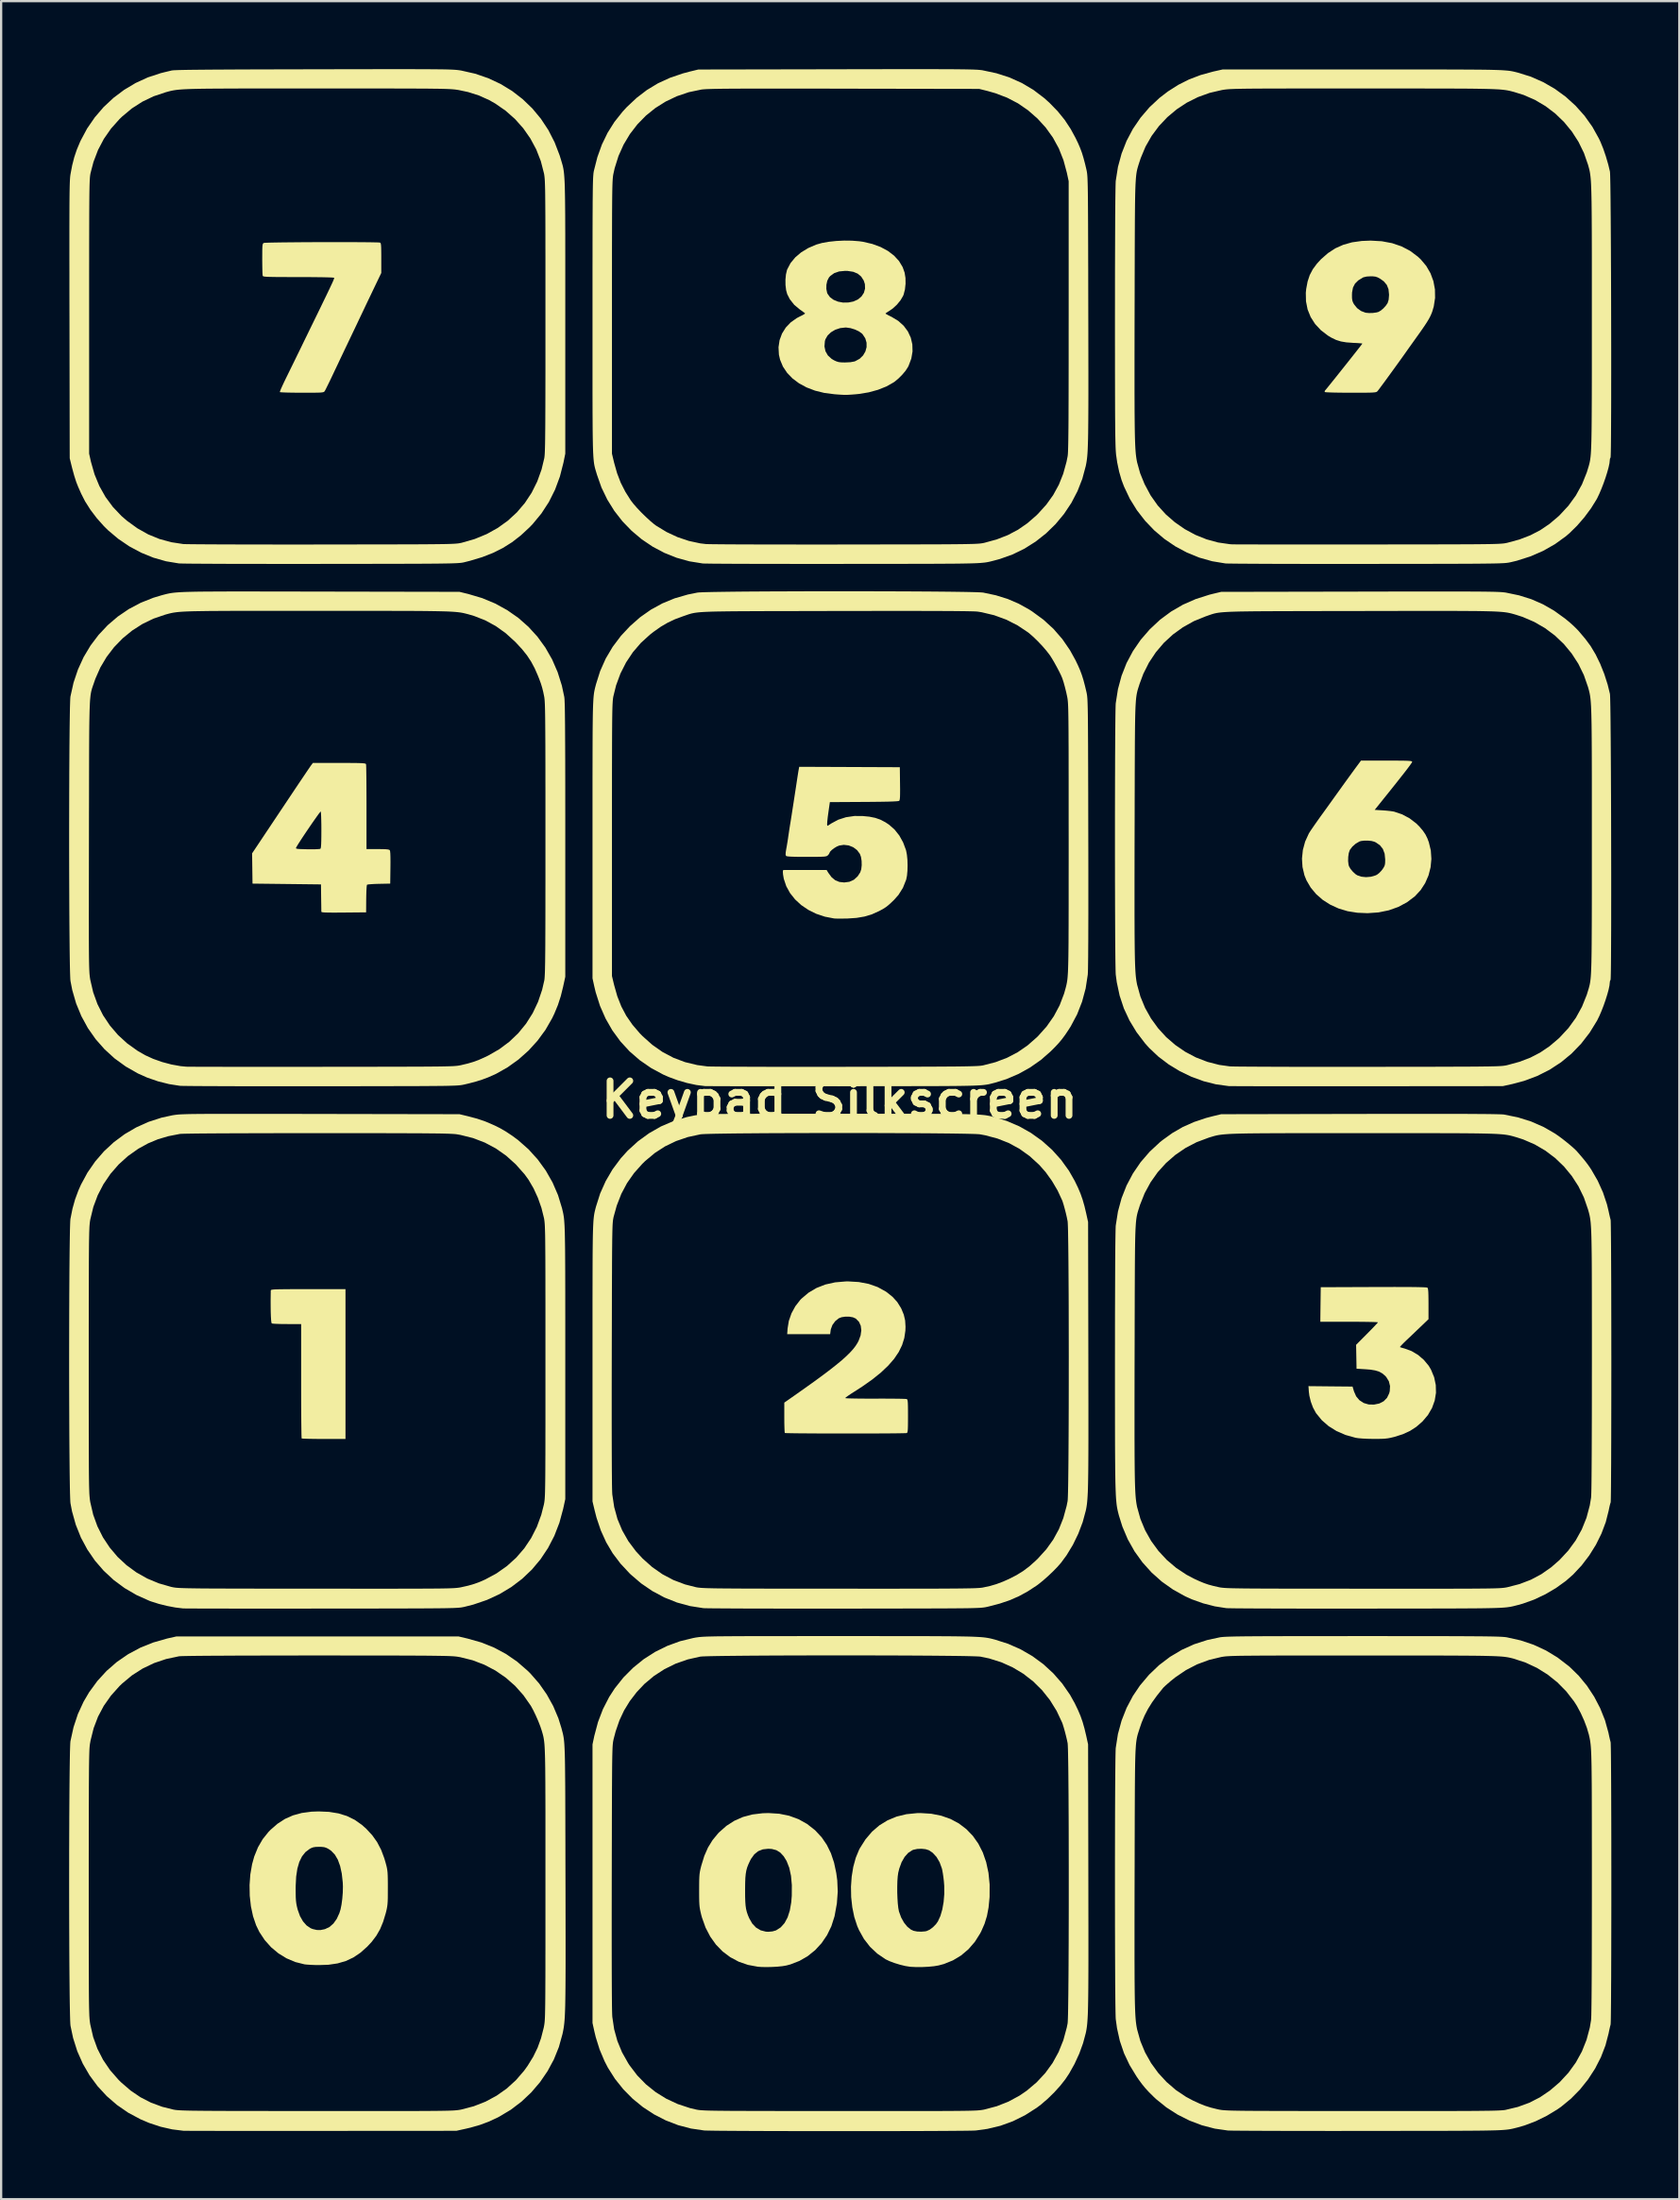
<source format=kicad_pcb>
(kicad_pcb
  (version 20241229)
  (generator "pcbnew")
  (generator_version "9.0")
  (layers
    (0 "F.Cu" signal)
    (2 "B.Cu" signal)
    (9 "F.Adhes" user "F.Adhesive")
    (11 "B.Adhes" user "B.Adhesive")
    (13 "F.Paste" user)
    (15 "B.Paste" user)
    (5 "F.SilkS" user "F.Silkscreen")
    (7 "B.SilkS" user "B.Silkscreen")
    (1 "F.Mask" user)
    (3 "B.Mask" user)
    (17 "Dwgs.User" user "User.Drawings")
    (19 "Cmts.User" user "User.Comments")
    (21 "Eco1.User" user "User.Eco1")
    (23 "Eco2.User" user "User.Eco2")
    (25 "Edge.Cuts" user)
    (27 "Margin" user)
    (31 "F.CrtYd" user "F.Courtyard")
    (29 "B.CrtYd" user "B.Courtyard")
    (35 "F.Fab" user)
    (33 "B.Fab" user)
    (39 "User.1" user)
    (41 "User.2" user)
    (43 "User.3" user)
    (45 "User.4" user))
  (footprint "Keypad_Silkscreen"
    (layer "F.Cu")
    (at 33.988 45.456)
    (property "Reference" "Keypad_Silkscreen" (at 0 0 0) (layer "F.SilkS") (effects (font (size 1.524 1.524) (thickness 0.3))))
    (attr board_only exclude_from_pos_files exclude_from_bom)
    (fp_poly (pts (xy -21.796 14.959) (xy -22.751 14.959) (xy -23.001 14.959) (xy -23.228 14.956) (xy -23.423 14.953) (xy -23.577 14.948) (xy -23.682 14.943) (xy -23.728 14.937) (xy -23.73 14.936) (xy -23.733 14.899) (xy -23.737 14.799) (xy -23.74 14.641) (xy -23.743 14.431) (xy -23.746 14.175) (xy -23.748 13.876) (xy -23.75 13.542) (xy -23.751 13.178) (xy -23.752 12.788) (xy -23.752 12.403) (xy -23.752 9.893) (xy -24.379 9.892) (xy -24.582 9.891) (xy -24.762 9.886) (xy -24.908 9.88) (xy -25.009 9.872) (xy -25.05 9.863) (xy -25.065 9.82) (xy -25.077 9.716) (xy -25.087 9.558) (xy -25.094 9.352) (xy -25.097 9.107) (xy -25.098 8.83) (xy -25.094 8.527) (xy -25.092 8.412) (xy -25.089 8.399) (xy -25.075 8.387) (xy -25.044 8.378) (xy -24.992 8.37) (xy -24.912 8.364) (xy -24.8 8.36) (xy -24.648 8.357) (xy -24.452 8.355) (xy -24.205 8.353) (xy -23.902 8.353) (xy -23.538 8.353) (xy -23.444 8.353) (xy -21.796 8.353)) (stroke (width 0) (type solid)) (fill yes) (layer "F.SilkS"))
    (fp_poly (pts (xy 4.047 31.489) (xy 4.489 31.577) (xy 4.896 31.72) (xy 5.264 31.917) (xy 5.592 32.166) (xy 5.879 32.463) (xy 6.122 32.807) (xy 6.32 33.195) (xy 6.47 33.626) (xy 6.571 34.097) (xy 6.622 34.605) (xy 6.62 35.149) (xy 6.616 35.207) (xy 6.575 35.626) (xy 6.504 35.999) (xy 6.398 36.343) (xy 6.252 36.676) (xy 6.206 36.765) (xy 5.97 37.139) (xy 5.688 37.465) (xy 5.365 37.738) (xy 5.004 37.956) (xy 4.609 38.116) (xy 4.37 38.18) (xy 4.168 38.214) (xy 3.922 38.238) (xy 3.655 38.251) (xy 3.391 38.253) (xy 3.152 38.241) (xy 3.102 38.237) (xy 2.897 38.204) (xy 2.664 38.147) (xy 2.427 38.074) (xy 2.209 37.993) (xy 2.035 37.91) (xy 2.025 37.904) (xy 1.662 37.656) (xy 1.345 37.357) (xy 1.076 37.011) (xy 0.858 36.619) (xy 0.78 36.44) (xy 0.65 36.041) (xy 0.562 35.611) (xy 0.513 35.164) (xy 0.505 34.71) (xy 0.505 34.703) (xy 2.546 34.703) (xy 2.546 34.957) (xy 2.555 35.209) (xy 2.57 35.443) (xy 2.592 35.643) (xy 2.62 35.792) (xy 2.624 35.806) (xy 2.719 36.066) (xy 2.844 36.291) (xy 2.991 36.472) (xy 3.153 36.601) (xy 3.268 36.653) (xy 3.423 36.684) (xy 3.606 36.691) (xy 3.78 36.677) (xy 3.847 36.662) (xy 3.981 36.6) (xy 4.123 36.494) (xy 4.253 36.361) (xy 4.339 36.24) (xy 4.449 36) (xy 4.534 35.71) (xy 4.592 35.382) (xy 4.621 35.03) (xy 4.619 34.668) (xy 4.603 34.46) (xy 4.582 34.284) (xy 4.557 34.114) (xy 4.531 33.972) (xy 4.516 33.904) (xy 4.416 33.63) (xy 4.279 33.396) (xy 4.109 33.212) (xy 3.942 33.099) (xy 3.797 33.053) (xy 3.616 33.034) (xy 3.427 33.042) (xy 3.259 33.078) (xy 3.209 33.098) (xy 3.029 33.216) (xy 2.871 33.394) (xy 2.738 33.626) (xy 2.636 33.905) (xy 2.59 34.092) (xy 2.567 34.255) (xy 2.552 34.464) (xy 2.546 34.703) (xy 0.505 34.703) (xy 0.536 34.263) (xy 0.606 33.833) (xy 0.715 33.434) (xy 0.862 33.078) (xy 0.897 33.011) (xy 1.147 32.617) (xy 1.434 32.28) (xy 1.758 32.001) (xy 2.12 31.779) (xy 2.517 31.615) (xy 2.951 31.509) (xy 3.42 31.462) (xy 3.57 31.459)) (stroke (width 0) (type solid)) (fill yes) (layer "F.SilkS"))
    (fp_poly (pts (xy -2.662 31.489) (xy -2.22 31.579) (xy -1.81 31.729) (xy -1.433 31.939) (xy -1.091 32.207) (xy -1.055 32.241) (xy -0.784 32.535) (xy -0.56 32.864) (xy -0.38 33.231) (xy -0.242 33.643) (xy -0.144 34.105) (xy -0.1 34.429) (xy -0.079 34.925) (xy -0.117 35.445) (xy -0.214 35.979) (xy -0.224 36.024) (xy -0.36 36.451) (xy -0.551 36.843) (xy -0.792 37.197) (xy -1.078 37.508) (xy -1.406 37.771) (xy -1.77 37.981) (xy -2.167 38.135) (xy -2.349 38.183) (xy -2.519 38.212) (xy -2.736 38.234) (xy -2.977 38.247) (xy -3.222 38.253) (xy -3.447 38.248) (xy -3.604 38.237) (xy -4.041 38.156) (xy -4.448 38.015) (xy -4.82 37.817) (xy -5.156 37.565) (xy -5.452 37.261) (xy -5.704 36.908) (xy -5.911 36.51) (xy -6.069 36.068) (xy -6.098 35.961) (xy -6.13 35.829) (xy -6.154 35.716) (xy -6.172 35.607) (xy -6.183 35.49) (xy -6.19 35.349) (xy -6.193 35.172) (xy -6.194 34.944) (xy -6.194 34.865) (xy -4.166 34.865) (xy -4.165 35.141) (xy -4.158 35.361) (xy -4.145 35.539) (xy -4.123 35.689) (xy -4.09 35.823) (xy -4.045 35.955) (xy -3.985 36.098) (xy -3.985 36.099) (xy -3.85 36.334) (xy -3.681 36.512) (xy -3.48 36.631) (xy -3.251 36.69) (xy -3.143 36.696) (xy -2.959 36.679) (xy -2.805 36.635) (xy -2.797 36.631) (xy -2.594 36.5) (xy -2.425 36.31) (xy -2.291 36.061) (xy -2.193 35.756) (xy -2.13 35.394) (xy -2.107 35.105) (xy -2.104 34.638) (xy -2.141 34.228) (xy -2.218 33.873) (xy -2.335 33.574) (xy -2.463 33.366) (xy -2.616 33.201) (xy -2.786 33.096) (xy -2.987 33.043) (xy -3.145 33.034) (xy -3.385 33.06) (xy -3.588 33.14) (xy -3.759 33.278) (xy -3.903 33.477) (xy -3.949 33.564) (xy -4.019 33.715) (xy -4.073 33.852) (xy -4.112 33.991) (xy -4.138 34.143) (xy -4.155 34.321) (xy -4.163 34.54) (xy -4.166 34.811) (xy -4.166 34.865) (xy -6.194 34.865) (xy -6.193 34.62) (xy -6.191 34.43) (xy -6.185 34.28) (xy -6.176 34.158) (xy -6.161 34.05) (xy -6.139 33.942) (xy -6.109 33.819) (xy -6.097 33.774) (xy -5.966 33.35) (xy -5.803 32.979) (xy -5.602 32.652) (xy -5.359 32.357) (xy -5.311 32.307) (xy -4.989 32.023) (xy -4.64 31.799) (xy -4.26 31.632) (xy -3.846 31.522) (xy -3.394 31.467) (xy -3.136 31.459)) (stroke (width 0) (type solid)) (fill yes) (layer "F.SilkS"))
    (fp_poly (pts (xy 24.86 8.257) (xy 25.17 8.258) (xy 25.423 8.261) (xy 25.622 8.265) (xy 25.77 8.27) (xy 25.87 8.276) (xy 25.925 8.283) (xy 25.937 8.288) (xy 25.954 8.317) (xy 25.966 8.377) (xy 25.975 8.475) (xy 25.98 8.621) (xy 25.983 8.822) (xy 25.984 9.002) (xy 25.984 9.677) (xy 25.648 9.999) (xy 25.486 10.153) (xy 25.307 10.325) (xy 25.133 10.49) (xy 25.01 10.606) (xy 24.895 10.717) (xy 24.803 10.811) (xy 24.743 10.877) (xy 24.723 10.906) (xy 24.723 10.907) (xy 24.761 10.922) (xy 24.846 10.948) (xy 24.937 10.973) (xy 25.24 11.085) (xy 25.525 11.255) (xy 25.779 11.473) (xy 25.991 11.729) (xy 26.093 11.899) (xy 26.232 12.235) (xy 26.305 12.579) (xy 26.314 12.924) (xy 26.258 13.264) (xy 26.14 13.592) (xy 25.96 13.902) (xy 25.719 14.187) (xy 25.706 14.199) (xy 25.447 14.424) (xy 25.167 14.605) (xy 24.852 14.75) (xy 24.487 14.866) (xy 24.443 14.877) (xy 24.309 14.909) (xy 24.187 14.932) (xy 24.06 14.946) (xy 23.911 14.954) (xy 23.723 14.957) (xy 23.551 14.957) (xy 23.294 14.952) (xy 23.067 14.941) (xy 22.882 14.925) (xy 22.761 14.906) (xy 22.322 14.783) (xy 21.926 14.611) (xy 21.577 14.394) (xy 21.278 14.134) (xy 21.031 13.832) (xy 21.002 13.787) (xy 20.886 13.569) (xy 20.791 13.313) (xy 20.727 13.05) (xy 20.705 12.879) (xy 20.688 12.63) (xy 21.661 12.64) (xy 22.633 12.649) (xy 22.697 12.864) (xy 22.793 13.081) (xy 22.938 13.252) (xy 23.123 13.373) (xy 23.342 13.438) (xy 23.579 13.444) (xy 23.816 13.395) (xy 24.008 13.295) (xy 24.153 13.146) (xy 24.248 12.95) (xy 24.274 12.852) (xy 24.287 12.625) (xy 24.235 12.415) (xy 24.119 12.227) (xy 24.063 12.167) (xy 23.939 12.064) (xy 23.799 11.989) (xy 23.631 11.937) (xy 23.42 11.902) (xy 23.204 11.885) (xy 22.809 11.861) (xy 22.79 10.807) (xy 23.271 10.323) (xy 23.418 10.174) (xy 23.547 10.041) (xy 23.65 9.932) (xy 23.721 9.855) (xy 23.752 9.817) (xy 23.752 9.815) (xy 23.719 9.809) (xy 23.625 9.804) (xy 23.478 9.8) (xy 23.284 9.796) (xy 23.052 9.793) (xy 22.789 9.791) (xy 22.502 9.79) (xy 22.482 9.79) (xy 21.211 9.79) (xy 21.22 9.029) (xy 21.23 8.267) (xy 23.56 8.258) (xy 24.058 8.257) (xy 24.49 8.256)) (stroke (width 0) (type solid)) (fill yes) (layer "F.SilkS"))
    (fp_poly (pts (xy -21.756 -14.856) (xy -21.502 -14.855) (xy -21.303 -14.853) (xy -21.152 -14.849) (xy -21.043 -14.844) (xy -20.969 -14.837) (xy -20.923 -14.827) (xy -20.899 -14.815) (xy -20.89 -14.802) (xy -20.886 -14.759) (xy -20.882 -14.653) (xy -20.879 -14.492) (xy -20.876 -14.282) (xy -20.873 -14.029) (xy -20.871 -13.741) (xy -20.87 -13.422) (xy -20.869 -13.081) (xy -20.869 -12.903) (xy -20.869 -11.057) (xy -20.376 -11.057) (xy -20.167 -11.055) (xy -20.018 -11.05) (xy -19.92 -11.04) (xy -19.863 -11.024) (xy -19.843 -11.01) (xy -19.828 -10.963) (xy -19.818 -10.863) (xy -19.813 -10.705) (xy -19.811 -10.485) (xy -19.813 -10.248) (xy -19.822 -9.534) (xy -20.319 -9.524) (xy -20.498 -9.519) (xy -20.653 -9.51) (xy -20.77 -9.5) (xy -20.837 -9.489) (xy -20.846 -9.484) (xy -20.857 -9.442) (xy -20.866 -9.342) (xy -20.874 -9.198) (xy -20.879 -9.021) (xy -20.882 -8.861) (xy -20.886 -8.267) (xy -21.873 -8.258) (xy -22.171 -8.256) (xy -22.406 -8.256) (xy -22.585 -8.258) (xy -22.714 -8.262) (xy -22.799 -8.269) (xy -22.846 -8.279) (xy -22.861 -8.291) (xy -22.861 -8.292) (xy -22.862 -8.339) (xy -22.863 -8.443) (xy -22.865 -8.59) (xy -22.868 -8.769) (xy -22.87 -8.917) (xy -22.877 -9.499) (xy -25.898 -9.534) (xy -25.907 -10.201) (xy -25.916 -10.869) (xy -25.766 -11.093) (xy -23.98 -11.093) (xy -23.959 -11.077) (xy -23.908 -11.066) (xy -23.816 -11.059) (xy -23.674 -11.054) (xy -23.473 -11.049) (xy -23.473 -11.049) (xy -23.287 -11.048) (xy -23.124 -11.05) (xy -22.997 -11.056) (xy -22.92 -11.064) (xy -22.903 -11.07) (xy -22.888 -11.098) (xy -22.877 -11.165) (xy -22.869 -11.275) (xy -22.864 -11.437) (xy -22.861 -11.655) (xy -22.86 -11.898) (xy -22.861 -12.125) (xy -22.865 -12.328) (xy -22.87 -12.498) (xy -22.877 -12.625) (xy -22.884 -12.699) (xy -22.89 -12.714) (xy -22.914 -12.691) (xy -22.97 -12.619) (xy -23.051 -12.507) (xy -23.152 -12.364) (xy -23.268 -12.199) (xy -23.391 -12.019) (xy -23.516 -11.835) (xy -23.638 -11.653) (xy -23.749 -11.485) (xy -23.845 -11.337) (xy -23.919 -11.218) (xy -23.966 -11.138) (xy -23.978 -11.114) (xy -23.98 -11.093) (xy -25.766 -11.093) (xy -24.659 -12.751) (xy -24.441 -13.077) (xy -24.233 -13.388) (xy -24.038 -13.68) (xy -23.859 -13.947) (xy -23.699 -14.184) (xy -23.563 -14.386) (xy -23.453 -14.549) (xy -23.373 -14.666) (xy -23.326 -14.734) (xy -23.318 -14.745) (xy -23.234 -14.857) (xy -22.072 -14.857)) (stroke (width 0) (type solid)) (fill yes) (layer "F.SilkS"))
    (fp_poly (pts (xy -22.52 31.407) (xy -22.106 31.474) (xy -21.731 31.59) (xy -21.389 31.758) (xy -21.072 31.981) (xy -20.876 32.156) (xy -20.614 32.44) (xy -20.4 32.742) (xy -20.225 33.076) (xy -20.083 33.455) (xy -20.026 33.65) (xy -19.993 33.771) (xy -19.969 33.875) (xy -19.952 33.975) (xy -19.94 34.083) (xy -19.933 34.213) (xy -19.929 34.376) (xy -19.927 34.586) (xy -19.927 34.762) (xy -19.928 35.013) (xy -19.929 35.208) (xy -19.934 35.361) (xy -19.943 35.484) (xy -19.957 35.592) (xy -19.976 35.695) (xy -20.003 35.809) (xy -20.022 35.883) (xy -20.135 36.256) (xy -20.268 36.578) (xy -20.432 36.865) (xy -20.635 37.134) (xy -20.834 37.349) (xy -21.134 37.617) (xy -21.447 37.828) (xy -21.782 37.985) (xy -22.146 38.091) (xy -22.548 38.15) (xy -22.97 38.164) (xy -23.16 38.161) (xy -23.342 38.153) (xy -23.498 38.143) (xy -23.606 38.131) (xy -23.61 38.13) (xy -24.014 38.029) (xy -24.398 37.866) (xy -24.755 37.647) (xy -25.078 37.377) (xy -25.36 37.061) (xy -25.596 36.704) (xy -25.74 36.407) (xy -25.875 36.009) (xy -25.969 35.57) (xy -26.02 35.107) (xy -26.026 34.756) (xy -23.994 34.756) (xy -23.993 34.992) (xy -23.99 35.176) (xy -23.981 35.321) (xy -23.966 35.445) (xy -23.944 35.562) (xy -23.913 35.688) (xy -23.899 35.738) (xy -23.801 36.009) (xy -23.67 36.237) (xy -23.513 36.416) (xy -23.336 36.537) (xy -23.244 36.574) (xy -23.064 36.616) (xy -22.904 36.62) (xy -22.727 36.585) (xy -22.693 36.575) (xy -22.5 36.483) (xy -22.328 36.331) (xy -22.182 36.126) (xy -22.066 35.874) (xy -22.015 35.711) (xy -21.971 35.494) (xy -21.937 35.236) (xy -21.915 34.963) (xy -21.909 34.701) (xy -21.916 34.523) (xy -21.96 34.128) (xy -22.033 33.793) (xy -22.134 33.516) (xy -22.265 33.293) (xy -22.428 33.123) (xy -22.541 33.045) (xy -22.641 32.993) (xy -22.734 32.964) (xy -22.849 32.951) (xy -22.963 32.949) (xy -23.111 32.953) (xy -23.218 32.97) (xy -23.311 33.004) (xy -23.378 33.041) (xy -23.565 33.183) (xy -23.716 33.374) (xy -23.834 33.615) (xy -23.919 33.91) (xy -23.972 34.261) (xy -23.993 34.67) (xy -23.994 34.756) (xy -26.026 34.756) (xy -26.028 34.633) (xy -25.994 34.163) (xy -25.916 33.713) (xy -25.822 33.376) (xy -25.657 32.97) (xy -25.449 32.611) (xy -25.191 32.289) (xy -25.103 32.199) (xy -24.794 31.93) (xy -24.466 31.718) (xy -24.111 31.561) (xy -23.723 31.455) (xy -23.294 31.398) (xy -22.98 31.387)) (stroke (width 0) (type solid)) (fill yes) (layer "F.SilkS"))
    (fp_poly (pts (xy 24.445 -14.959) (xy 24.694 -14.958) (xy 24.888 -14.956) (xy 25.033 -14.952) (xy 25.136 -14.946) (xy 25.204 -14.939) (xy 25.243 -14.929) (xy 25.26 -14.916) (xy 25.263 -14.907) (xy 25.252 -14.879) (xy 25.217 -14.824) (xy 25.156 -14.739) (xy 25.067 -14.619) (xy 24.947 -14.463) (xy 24.794 -14.268) (xy 24.607 -14.031) (xy 24.382 -13.748) (xy 24.117 -13.417) (xy 23.913 -13.163) (xy 23.61 -12.786) (xy 23.965 -12.765) (xy 24.133 -12.752) (xy 24.295 -12.735) (xy 24.424 -12.716) (xy 24.473 -12.706) (xy 24.821 -12.589) (xy 25.15 -12.413) (xy 25.445 -12.187) (xy 25.589 -12.043) (xy 25.738 -11.866) (xy 25.848 -11.705) (xy 25.933 -11.534) (xy 25.999 -11.357) (xy 26.086 -10.995) (xy 26.111 -10.624) (xy 26.076 -10.254) (xy 25.984 -9.895) (xy 25.837 -9.557) (xy 25.638 -9.249) (xy 25.389 -8.98) (xy 25.379 -8.971) (xy 25.034 -8.71) (xy 24.65 -8.505) (xy 24.23 -8.356) (xy 23.778 -8.264) (xy 23.295 -8.23) (xy 22.843 -8.249) (xy 22.417 -8.317) (xy 22.017 -8.437) (xy 21.648 -8.606) (xy 21.316 -8.818) (xy 21.027 -9.071) (xy 20.786 -9.36) (xy 20.599 -9.681) (xy 20.511 -9.9) (xy 20.425 -10.264) (xy 20.408 -10.533) (xy 22.437 -10.533) (xy 22.455 -10.374) (xy 22.476 -10.299) (xy 22.543 -10.183) (xy 22.647 -10.059) (xy 22.763 -9.952) (xy 22.839 -9.902) (xy 23.018 -9.84) (xy 23.227 -9.819) (xy 23.443 -9.837) (xy 23.641 -9.894) (xy 23.711 -9.927) (xy 23.804 -9.998) (xy 23.904 -10.101) (xy 23.957 -10.17) (xy 24.018 -10.264) (xy 24.053 -10.343) (xy 24.069 -10.431) (xy 24.073 -10.555) (xy 24.073 -10.605) (xy 24.048 -10.856) (xy 23.97 -11.063) (xy 23.839 -11.228) (xy 23.654 -11.354) (xy 23.59 -11.383) (xy 23.469 -11.415) (xy 23.314 -11.43) (xy 23.151 -11.43) (xy 23.008 -11.413) (xy 22.939 -11.392) (xy 22.774 -11.297) (xy 22.626 -11.167) (xy 22.518 -11.025) (xy 22.51 -11.01) (xy 22.466 -10.879) (xy 22.442 -10.711) (xy 22.437 -10.533) (xy 20.408 -10.533) (xy 20.402 -10.64) (xy 20.441 -11.018) (xy 20.541 -11.388) (xy 20.701 -11.738) (xy 20.72 -11.771) (xy 20.766 -11.844) (xy 20.846 -11.963) (xy 20.952 -12.116) (xy 21.078 -12.295) (xy 21.215 -12.488) (xy 21.294 -12.597) (xy 21.461 -12.828) (xy 21.643 -13.081) (xy 21.827 -13.338) (xy 22 -13.579) (xy 22.149 -13.785) (xy 22.168 -13.813) (xy 22.308 -14.007) (xy 22.453 -14.207) (xy 22.59 -14.396) (xy 22.708 -14.558) (xy 22.783 -14.66) (xy 23.005 -14.959) (xy 24.134 -14.959)) (stroke (width 0) (type solid)) (fill yes) (layer "F.SilkS"))
    (fp_poly (pts (xy 0.852 8.038) (xy 1.287 8.121) (xy 1.682 8.26) (xy 2.036 8.455) (xy 2.084 8.487) (xy 2.342 8.694) (xy 2.546 8.92) (xy 2.708 9.179) (xy 2.73 9.223) (xy 2.835 9.477) (xy 2.894 9.73) (xy 2.911 10.007) (xy 2.905 10.184) (xy 2.858 10.505) (xy 2.761 10.818) (xy 2.612 11.124) (xy 2.408 11.426) (xy 2.146 11.727) (xy 1.826 12.03) (xy 1.443 12.338) (xy 0.997 12.652) (xy 0.657 12.871) (xy 0.509 12.965) (xy 0.386 13.048) (xy 0.298 13.112) (xy 0.255 13.15) (xy 0.252 13.157) (xy 0.287 13.163) (xy 0.383 13.169) (xy 0.532 13.173) (xy 0.728 13.177) (xy 0.963 13.18) (xy 1.229 13.181) (xy 1.519 13.181) (xy 1.582 13.181) (xy 1.879 13.18) (xy 2.155 13.181) (xy 2.403 13.183) (xy 2.616 13.185) (xy 2.784 13.189) (xy 2.901 13.193) (xy 2.959 13.198) (xy 2.963 13.199) (xy 2.982 13.212) (xy 2.996 13.241) (xy 3.007 13.294) (xy 3.014 13.38) (xy 3.018 13.508) (xy 3.02 13.687) (xy 3.021 13.924) (xy 3.021 13.949) (xy 3.02 14.194) (xy 3.018 14.379) (xy 3.014 14.512) (xy 3.007 14.602) (xy 2.996 14.658) (xy 2.982 14.688) (xy 2.966 14.699) (xy 2.923 14.703) (xy 2.818 14.706) (xy 2.657 14.709) (xy 2.448 14.712) (xy 2.196 14.714) (xy 1.909 14.716) (xy 1.591 14.717) (xy 1.25 14.718) (xy 0.892 14.719) (xy 0.523 14.719) (xy 0.15 14.719) (xy -0.22 14.719) (xy -0.582 14.718) (xy -0.93 14.717) (xy -1.256 14.715) (xy -1.554 14.713) (xy -1.818 14.711) (xy -2.042 14.708) (xy -2.219 14.705) (xy -2.342 14.702) (xy -2.407 14.698) (xy -2.414 14.697) (xy -2.421 14.657) (xy -2.427 14.56) (xy -2.432 14.416) (xy -2.436 14.236) (xy -2.437 14.032) (xy -2.437 14.016) (xy -2.437 13.357) (xy -1.982 13.039) (xy -1.511 12.706) (xy -1.093 12.408) (xy -0.727 12.139) (xy -0.408 11.898) (xy -0.134 11.682) (xy 0.101 11.487) (xy 0.298 11.31) (xy 0.462 11.149) (xy 0.597 11) (xy 0.705 10.861) (xy 0.79 10.728) (xy 0.84 10.634) (xy 0.929 10.393) (xy 0.961 10.168) (xy 0.936 9.966) (xy 0.856 9.791) (xy 0.719 9.652) (xy 0.713 9.648) (xy 0.591 9.594) (xy 0.431 9.566) (xy 0.255 9.565) (xy 0.09 9.59) (xy -0.034 9.638) (xy -0.192 9.766) (xy -0.314 9.934) (xy -0.384 10.122) (xy -0.391 10.163) (xy -0.414 10.338) (xy -2.309 10.338) (xy -2.292 10.09) (xy -2.237 9.753) (xy -2.121 9.421) (xy -1.951 9.108) (xy -1.735 8.829) (xy -1.683 8.775) (xy -1.37 8.51) (xy -1.018 8.301) (xy -0.627 8.148) (xy -0.196 8.052) (xy 0.272 8.012) (xy 0.378 8.01)) (stroke (width 0) (type solid)) (fill yes) (layer "F.SilkS"))
    (fp_poly (pts (xy -21.891 -37.827) (xy -21.558 -37.827) (xy -21.249 -37.825) (xy -20.97 -37.823) (xy -20.729 -37.821) (xy -20.532 -37.817) (xy -20.385 -37.814) (xy -20.296 -37.809) (xy -20.271 -37.805) (xy -20.252 -37.79) (xy -20.238 -37.755) (xy -20.228 -37.692) (xy -20.222 -37.591) (xy -20.219 -37.444) (xy -20.217 -37.241) (xy -20.217 -37.126) (xy -20.217 -36.467) (xy -20.47 -35.94) (xy -20.569 -35.734) (xy -20.671 -35.52) (xy -20.768 -35.318) (xy -20.849 -35.149) (xy -20.878 -35.088) (xy -21.008 -34.814) (xy -21.149 -34.518) (xy -21.294 -34.211) (xy -21.439 -33.908) (xy -21.576 -33.62) (xy -21.699 -33.362) (xy -21.803 -33.145) (xy -21.848 -33.051) (xy -21.926 -32.886) (xy -22.026 -32.677) (xy -22.136 -32.443) (xy -22.25 -32.204) (xy -22.351 -31.99) (xy -22.446 -31.79) (xy -22.534 -31.608) (xy -22.61 -31.454) (xy -22.668 -31.337) (xy -22.704 -31.27) (xy -22.708 -31.262) (xy -22.725 -31.24) (xy -22.745 -31.222) (xy -22.778 -31.209) (xy -22.831 -31.199) (xy -22.912 -31.192) (xy -23.03 -31.188) (xy -23.191 -31.186) (xy -23.404 -31.185) (xy -23.677 -31.185) (xy -23.717 -31.185) (xy -23.966 -31.186) (xy -24.193 -31.189) (xy -24.388 -31.193) (xy -24.542 -31.199) (xy -24.646 -31.205) (xy -24.691 -31.212) (xy -24.693 -31.213) (xy -24.683 -31.251) (xy -24.648 -31.341) (xy -24.59 -31.471) (xy -24.515 -31.634) (xy -24.426 -31.818) (xy -24.416 -31.838) (xy -24.299 -32.076) (xy -24.168 -32.343) (xy -24.036 -32.612) (xy -23.915 -32.86) (xy -23.855 -32.982) (xy -23.752 -33.194) (xy -23.63 -33.446) (xy -23.498 -33.715) (xy -23.369 -33.981) (xy -23.263 -34.198) (xy -23.064 -34.605) (xy -22.893 -34.956) (xy -22.749 -35.254) (xy -22.628 -35.503) (xy -22.53 -35.708) (xy -22.452 -35.872) (xy -22.392 -36.001) (xy -22.348 -36.098) (xy -22.319 -36.167) (xy -22.302 -36.214) (xy -22.295 -36.242) (xy -22.296 -36.255) (xy -22.296 -36.255) (xy -22.333 -36.261) (xy -22.434 -36.268) (xy -22.59 -36.273) (xy -22.798 -36.278) (xy -23.05 -36.281) (xy -23.34 -36.284) (xy -23.663 -36.285) (xy -23.871 -36.286) (xy -24.241 -36.286) (xy -24.549 -36.287) (xy -24.799 -36.288) (xy -24.998 -36.291) (xy -25.152 -36.294) (xy -25.267 -36.299) (xy -25.348 -36.305) (xy -25.4 -36.313) (xy -25.431 -36.323) (xy -25.446 -36.336) (xy -25.448 -36.34) (xy -25.454 -36.39) (xy -25.46 -36.496) (xy -25.464 -36.649) (xy -25.467 -36.836) (xy -25.469 -37.045) (xy -25.469 -37.075) (xy -25.468 -37.307) (xy -25.467 -37.481) (xy -25.463 -37.605) (xy -25.456 -37.688) (xy -25.445 -37.74) (xy -25.429 -37.77) (xy -25.408 -37.788) (xy -25.402 -37.791) (xy -25.359 -37.796) (xy -25.253 -37.801) (xy -25.092 -37.806) (xy -24.882 -37.81) (xy -24.63 -37.814) (xy -24.343 -37.817) (xy -24.026 -37.82) (xy -23.687 -37.823) (xy -23.333 -37.825) (xy -22.97 -37.826) (xy -22.604 -37.827) (xy -22.242 -37.828)) (stroke (width 0) (type solid)) (fill yes) (layer "F.SilkS"))
    (fp_poly (pts (xy 23.924 -37.866) (xy 24.378 -37.781) (xy 24.795 -37.639) (xy 25.175 -37.44) (xy 25.517 -37.183) (xy 25.642 -37.066) (xy 25.885 -36.776) (xy 26.072 -36.453) (xy 26.2 -36.106) (xy 26.268 -35.741) (xy 26.274 -35.366) (xy 26.216 -34.99) (xy 26.15 -34.765) (xy 26.108 -34.657) (xy 26.06 -34.551) (xy 26 -34.437) (xy 25.921 -34.307) (xy 25.82 -34.151) (xy 25.689 -33.961) (xy 25.525 -33.728) (xy 25.473 -33.656) (xy 25.346 -33.478) (xy 25.229 -33.314) (xy 25.128 -33.173) (xy 25.052 -33.065) (xy 25.008 -33.003) (xy 25.005 -32.999) (xy 24.922 -32.881) (xy 24.814 -32.73) (xy 24.688 -32.554) (xy 24.549 -32.362) (xy 24.405 -32.163) (xy 24.261 -31.965) (xy 24.123 -31.775) (xy 23.997 -31.603) (xy 23.889 -31.458) (xy 23.807 -31.347) (xy 23.754 -31.278) (xy 23.741 -31.262) (xy 23.721 -31.241) (xy 23.698 -31.224) (xy 23.664 -31.211) (xy 23.612 -31.202) (xy 23.535 -31.195) (xy 23.425 -31.19) (xy 23.275 -31.187) (xy 23.078 -31.186) (xy 22.826 -31.185) (xy 22.547 -31.185) (xy 22.259 -31.186) (xy 22 -31.189) (xy 21.78 -31.193) (xy 21.603 -31.199) (xy 21.478 -31.205) (xy 21.412 -31.213) (xy 21.403 -31.217) (xy 21.407 -31.264) (xy 21.429 -31.294) (xy 21.462 -31.332) (xy 21.531 -31.416) (xy 21.629 -31.538) (xy 21.751 -31.69) (xy 21.892 -31.865) (xy 22.046 -32.058) (xy 22.206 -32.259) (xy 22.368 -32.463) (xy 22.526 -32.662) (xy 22.674 -32.849) (xy 22.806 -33.016) (xy 22.917 -33.158) (xy 23.001 -33.265) (xy 23.052 -33.333) (xy 23.066 -33.353) (xy 23.034 -33.36) (xy 22.946 -33.368) (xy 22.816 -33.377) (xy 22.657 -33.384) (xy 22.645 -33.385) (xy 22.359 -33.406) (xy 22.12 -33.446) (xy 21.907 -33.513) (xy 21.701 -33.612) (xy 21.547 -33.704) (xy 21.235 -33.943) (xy 20.98 -34.217) (xy 20.785 -34.523) (xy 20.65 -34.857) (xy 20.579 -35.215) (xy 20.573 -35.498) (xy 22.607 -35.498) (xy 22.609 -35.353) (xy 22.624 -35.249) (xy 22.657 -35.159) (xy 22.699 -35.083) (xy 22.834 -34.916) (xy 23.01 -34.788) (xy 23.206 -34.714) (xy 23.214 -34.713) (xy 23.359 -34.699) (xy 23.528 -34.703) (xy 23.688 -34.725) (xy 23.776 -34.749) (xy 23.877 -34.807) (xy 23.991 -34.903) (xy 24.097 -35.018) (xy 24.174 -35.13) (xy 24.183 -35.148) (xy 24.226 -35.289) (xy 24.242 -35.481) (xy 24.242 -35.525) (xy 24.218 -35.754) (xy 24.143 -35.94) (xy 24.013 -36.095) (xy 23.856 -36.209) (xy 23.741 -36.272) (xy 23.642 -36.305) (xy 23.527 -36.318) (xy 23.435 -36.32) (xy 23.255 -36.309) (xy 23.118 -36.277) (xy 23.09 -36.265) (xy 22.885 -36.139) (xy 22.742 -35.997) (xy 22.653 -35.825) (xy 22.612 -35.614) (xy 22.607 -35.498) (xy 20.573 -35.498) (xy 20.571 -35.594) (xy 20.588 -35.761) (xy 20.65 -36.09) (xy 20.744 -36.374) (xy 20.879 -36.631) (xy 21.063 -36.879) (xy 21.245 -37.076) (xy 21.547 -37.341) (xy 21.87 -37.552) (xy 22.222 -37.709) (xy 22.609 -37.818) (xy 23.037 -37.878) (xy 23.432 -37.894)) (stroke (width 0) (type solid)) (fill yes) (layer "F.SilkS"))
    (fp_poly (pts (xy 0.44 -14.677) (xy 2.66 -14.668) (xy 2.669 -13.946) (xy 2.672 -13.694) (xy 2.671 -13.503) (xy 2.668 -13.365) (xy 2.66 -13.271) (xy 2.649 -13.214) (xy 2.633 -13.186) (xy 2.632 -13.184) (xy 2.593 -13.174) (xy 2.501 -13.165) (xy 2.354 -13.157) (xy 2.149 -13.15) (xy 1.883 -13.145) (xy 1.554 -13.141) (xy 1.16 -13.137) (xy 1.079 -13.137) (xy -0.427 -13.128) (xy -0.486 -12.717) (xy -0.52 -12.468) (xy -0.54 -12.279) (xy -0.548 -12.153) (xy -0.541 -12.09) (xy -0.534 -12.084) (xy -0.499 -12.101) (xy -0.426 -12.146) (xy -0.367 -12.186) (xy -0.06 -12.352) (xy 0.284 -12.462) (xy 0.66 -12.517) (xy 1.012 -12.516) (xy 1.318 -12.486) (xy 1.576 -12.434) (xy 1.805 -12.354) (xy 2.023 -12.24) (xy 2.184 -12.133) (xy 2.425 -11.922) (xy 2.635 -11.658) (xy 2.805 -11.353) (xy 2.93 -11.018) (xy 2.938 -10.988) (xy 2.973 -10.805) (xy 2.995 -10.582) (xy 3.002 -10.341) (xy 2.996 -10.101) (xy 2.976 -9.885) (xy 2.942 -9.714) (xy 2.939 -9.705) (xy 2.798 -9.351) (xy 2.601 -9.037) (xy 2.409 -8.821) (xy 2.264 -8.681) (xy 2.149 -8.578) (xy 2.045 -8.497) (xy 1.934 -8.426) (xy 1.799 -8.351) (xy 1.738 -8.319) (xy 1.429 -8.18) (xy 1.105 -8.082) (xy 0.75 -8.022) (xy 0.36 -7.995) (xy 0.175 -7.992) (xy 0.003 -7.99) (xy -0.136 -7.992) (xy -0.228 -7.996) (xy -0.24 -7.997) (xy -0.649 -8.076) (xy -1.031 -8.204) (xy -1.38 -8.377) (xy -1.692 -8.589) (xy -1.961 -8.837) (xy -2.182 -9.115) (xy -2.35 -9.419) (xy -2.459 -9.745) (xy -2.492 -9.937) (xy -2.501 -10.06) (xy -2.492 -10.122) (xy -2.476 -10.133) (xy -2.433 -10.134) (xy -2.33 -10.134) (xy -2.177 -10.134) (xy -1.983 -10.135) (xy -1.759 -10.135) (xy -1.511 -10.135) (xy -1.504 -10.135) (xy -0.57 -10.136) (xy -0.496 -10.013) (xy -0.352 -9.817) (xy -0.192 -9.684) (xy -0.007 -9.608) (xy 0.206 -9.585) (xy 0.436 -9.615) (xy 0.633 -9.704) (xy 0.798 -9.854) (xy 0.913 -10.03) (xy 0.958 -10.168) (xy 0.978 -10.345) (xy 0.974 -10.534) (xy 0.946 -10.712) (xy 0.899 -10.843) (xy 0.773 -11.012) (xy 0.604 -11.139) (xy 0.405 -11.218) (xy 0.191 -11.244) (xy -0.01 -11.214) (xy -0.118 -11.17) (xy -0.233 -11.101) (xy -0.337 -11.022) (xy -0.413 -10.946) (xy -0.446 -10.884) (xy -0.446 -10.88) (xy -0.468 -10.837) (xy -0.515 -10.783) (xy -0.539 -10.762) (xy -0.571 -10.746) (xy -0.618 -10.734) (xy -0.689 -10.725) (xy -0.793 -10.72) (xy -0.938 -10.717) (xy -1.133 -10.715) (xy -1.386 -10.715) (xy -1.455 -10.715) (xy -1.738 -10.715) (xy -1.96 -10.718) (xy -2.126 -10.723) (xy -2.243 -10.73) (xy -2.317 -10.74) (xy -2.356 -10.753) (xy -2.362 -10.759) (xy -2.379 -10.811) (xy -2.375 -10.908) (xy -2.354 -11.041) (xy -2.326 -11.197) (xy -2.295 -11.382) (xy -2.268 -11.558) (xy -2.267 -11.57) (xy -2.24 -11.751) (xy -2.209 -11.958) (xy -2.179 -12.149) (xy -2.175 -12.169) (xy -2.155 -12.293) (xy -2.134 -12.425) (xy -2.111 -12.571) (xy -2.085 -12.74) (xy -2.054 -12.938) (xy -2.018 -13.173) (xy -1.975 -13.453) (xy -1.924 -13.784) (xy -1.865 -14.174) (xy -1.852 -14.258) (xy -1.831 -14.393) (xy -1.811 -14.515) (xy -1.797 -14.592) (xy -1.779 -14.686)) (stroke (width 0) (type solid)) (fill yes) (layer "F.SilkS"))
    (fp_poly (pts (xy 0.548 -37.891) (xy 0.87 -37.866) (xy 1.039 -37.842) (xy 1.448 -37.746) (xy 1.814 -37.611) (xy 2.135 -37.438) (xy 2.406 -37.231) (xy 2.624 -36.993) (xy 2.784 -36.727) (xy 2.871 -36.483) (xy 2.909 -36.249) (xy 2.913 -35.993) (xy 2.886 -35.741) (xy 2.829 -35.518) (xy 2.804 -35.455) (xy 2.689 -35.26) (xy 2.529 -35.066) (xy 2.343 -34.895) (xy 2.2 -34.797) (xy 2.108 -34.739) (xy 2.045 -34.695) (xy 2.027 -34.677) (xy 2.056 -34.655) (xy 2.133 -34.612) (xy 2.244 -34.556) (xy 2.301 -34.528) (xy 2.591 -34.353) (xy 2.83 -34.138) (xy 3.015 -33.889) (xy 3.143 -33.613) (xy 3.212 -33.318) (xy 3.221 -33.008) (xy 3.167 -32.692) (xy 3.048 -32.375) (xy 3.014 -32.309) (xy 2.912 -32.152) (xy 2.768 -31.981) (xy 2.603 -31.815) (xy 2.435 -31.675) (xy 2.389 -31.643) (xy 2.069 -31.462) (xy 1.699 -31.314) (xy 1.289 -31.202) (xy 0.852 -31.13) (xy 0.695 -31.115) (xy 0.526 -31.102) (xy 0.399 -31.094) (xy 0.294 -31.09) (xy 0.192 -31.091) (xy 0.074 -31.097) (xy -0.08 -31.107) (xy -0.223 -31.118) (xy -0.668 -31.175) (xy -1.079 -31.276) (xy -1.454 -31.419) (xy -1.787 -31.599) (xy -2.075 -31.815) (xy -2.313 -32.062) (xy -2.498 -32.339) (xy -2.624 -32.642) (xy -2.675 -32.867) (xy -2.692 -33.192) (xy -2.687 -33.225) (xy -0.665 -33.225) (xy -0.62 -33.013) (xy -0.514 -32.829) (xy -0.349 -32.678) (xy -0.241 -32.614) (xy -0.138 -32.567) (xy -0.043 -32.538) (xy 0.067 -32.524) (xy 0.217 -32.52) (xy 0.246 -32.52) (xy 0.478 -32.531) (xy 0.654 -32.563) (xy 0.694 -32.577) (xy 0.889 -32.683) (xy 1.038 -32.829) (xy 1.141 -33.004) (xy 1.193 -33.195) (xy 1.192 -33.392) (xy 1.136 -33.584) (xy 1.021 -33.759) (xy 0.99 -33.793) (xy 0.857 -33.89) (xy 0.681 -33.973) (xy 0.486 -34.033) (xy 0.296 -34.06) (xy 0.265 -34.061) (xy 0.029 -34.035) (xy -0.189 -33.963) (xy -0.377 -33.852) (xy -0.525 -33.71) (xy -0.622 -33.543) (xy -0.646 -33.462) (xy -0.665 -33.225) (xy -2.687 -33.225) (xy -2.645 -33.504) (xy -2.537 -33.795) (xy -2.372 -34.059) (xy -2.152 -34.289) (xy -1.883 -34.479) (xy -1.751 -34.548) (xy -1.639 -34.603) (xy -1.557 -34.65) (xy -1.52 -34.678) (xy -1.52 -34.682) (xy -1.55 -34.71) (xy -1.623 -34.765) (xy -1.724 -34.837) (xy -1.751 -34.855) (xy -1.999 -35.062) (xy -2.193 -35.308) (xy -2.308 -35.533) (xy -2.358 -35.715) (xy -2.363 -35.761) (xy -0.582 -35.761) (xy -0.547 -35.591) (xy -0.531 -35.552) (xy -0.423 -35.401) (xy -0.264 -35.283) (xy -0.068 -35.202) (xy 0.155 -35.161) (xy 0.393 -35.165) (xy 0.61 -35.208) (xy 0.811 -35.298) (xy 0.967 -35.429) (xy 1.074 -35.592) (xy 1.126 -35.777) (xy 1.119 -35.973) (xy 1.068 -36.132) (xy 0.955 -36.308) (xy 0.803 -36.436) (xy 0.606 -36.518) (xy 0.36 -36.556) (xy 0.245 -36.559) (xy -0.018 -36.534) (xy -0.237 -36.458) (xy -0.409 -36.333) (xy -0.467 -36.268) (xy -0.54 -36.125) (xy -0.579 -35.947) (xy -0.582 -35.761) (xy -2.363 -35.761) (xy -2.384 -35.936) (xy -2.386 -36.173) (xy -2.364 -36.401) (xy -2.319 -36.595) (xy -2.306 -36.628) (xy -2.161 -36.903) (xy -1.954 -37.154) (xy -1.692 -37.377) (xy -1.378 -37.567) (xy -1.028 -37.718) (xy -0.776 -37.789) (xy -0.474 -37.843) (xy -0.142 -37.878) (xy 0.205 -37.895)) (stroke (width 0) (type solid)) (fill yes) (layer "F.SilkS"))
    (fp_poly (pts (xy 0.029 23.654) (xy 0.796 23.654) (xy 1.497 23.654) (xy 2.136 23.655) (xy 2.716 23.655) (xy 3.24 23.656) (xy 3.712 23.656) (xy 4.134 23.658) (xy 4.51 23.66) (xy 4.843 23.662) (xy 5.137 23.665) (xy 5.394 23.669) (xy 5.617 23.673) (xy 5.811 23.678) (xy 5.977 23.685) (xy 6.12 23.692) (xy 6.242 23.7) (xy 6.347 23.709) (xy 6.438 23.72) (xy 6.519 23.732) (xy 6.591 23.745) (xy 6.659 23.759) (xy 6.726 23.775) (xy 6.795 23.793) (xy 6.853 23.808) (xy 7.437 23.994) (xy 7.99 24.238) (xy 8.51 24.539) (xy 8.991 24.892) (xy 9.429 25.295) (xy 9.822 25.744) (xy 10.164 26.236) (xy 10.376 26.615) (xy 10.516 26.905) (xy 10.63 27.173) (xy 10.724 27.441) (xy 10.807 27.732) (xy 10.887 28.069) (xy 10.887 28.07) (xy 10.966 28.43) (xy 10.977 34.3) (xy 10.978 35.073) (xy 10.979 35.78) (xy 10.98 36.426) (xy 10.98 37.012) (xy 10.98 37.543) (xy 10.98 38.022) (xy 10.979 38.451) (xy 10.977 38.834) (xy 10.975 39.174) (xy 10.972 39.475) (xy 10.968 39.739) (xy 10.964 39.97) (xy 10.959 40.171) (xy 10.953 40.346) (xy 10.945 40.496) (xy 10.937 40.626) (xy 10.928 40.739) (xy 10.918 40.838) (xy 10.906 40.927) (xy 10.894 41.007) (xy 10.88 41.083) (xy 10.864 41.159) (xy 10.863 41.164) (xy 10.744 41.61) (xy 10.576 42.071) (xy 10.368 42.524) (xy 10.13 42.948) (xy 9.963 43.199) (xy 9.74 43.483) (xy 9.475 43.776) (xy 9.187 44.058) (xy 8.895 44.31) (xy 8.701 44.457) (xy 8.183 44.787) (xy 7.652 45.05) (xy 7.1 45.251) (xy 6.523 45.389) (xy 6.02 45.459) (xy 5.947 45.463) (xy 5.809 45.467) (xy 5.612 45.47) (xy 5.36 45.473) (xy 5.057 45.475) (xy 4.708 45.478) (xy 4.316 45.48) (xy 3.888 45.482) (xy 3.427 45.484) (xy 2.937 45.485) (xy 2.423 45.486) (xy 1.89 45.487) (xy 1.342 45.488) (xy 0.783 45.488) (xy 0.219 45.488) (xy -0.348 45.488) (xy -0.911 45.488) (xy -1.467 45.487) (xy -2.011 45.486) (xy -2.539 45.485) (xy -3.046 45.484) (xy -3.528 45.482) (xy -3.98 45.48) (xy -4.398 45.478) (xy -4.777 45.476) (xy -5.113 45.473) (xy -5.401 45.471) (xy -5.637 45.467) (xy -5.817 45.464) (xy -5.936 45.461) (xy -5.978 45.458) (xy -6.557 45.373) (xy -7.122 45.224) (xy -7.667 45.014) (xy -8.186 44.747) (xy -8.675 44.427) (xy -9.128 44.058) (xy -9.539 43.643) (xy -9.905 43.185) (xy -10.219 42.69) (xy -10.367 42.403) (xy -10.585 41.887) (xy -10.754 41.348) (xy -10.819 41.078) (xy -10.898 40.719) (xy -10.898 36.619) (xy -10.051 36.619) (xy -10.051 37.282) (xy -10.05 37.885) (xy -10.049 38.427) (xy -10.047 38.908) (xy -10.045 39.326) (xy -10.042 39.681) (xy -10.039 39.971) (xy -10.035 40.196) (xy -10.03 40.354) (xy -10.025 40.445) (xy -10.025 40.445) (xy -9.943 40.995) (xy -9.8 41.515) (xy -9.595 42.012) (xy -9.323 42.494) (xy -9.264 42.584) (xy -8.926 43.029) (xy -8.54 43.424) (xy -8.111 43.768) (xy -7.642 44.059) (xy -7.136 44.294) (xy -6.596 44.472) (xy -6.333 44.534) (xy -6.292 44.543) (xy -6.248 44.55) (xy -6.199 44.557) (xy -6.141 44.563) (xy -6.07 44.568) (xy -5.985 44.573) (xy -5.88 44.578) (xy -5.755 44.582) (xy -5.604 44.585) (xy -5.426 44.588) (xy -5.216 44.59) (xy -4.973 44.593) (xy -4.692 44.595) (xy -4.37 44.596) (xy -4.005 44.597) (xy -3.594 44.598) (xy -3.132 44.599) (xy -2.618 44.6) (xy -2.047 44.601) (xy -1.417 44.601) (xy -0.725 44.601) (xy 0.012 44.602) (xy 0.767 44.602) (xy 1.456 44.602) (xy 2.083 44.602) (xy 2.651 44.602) (xy 3.163 44.602) (xy 3.623 44.602) (xy 4.032 44.601) (xy 4.395 44.6) (xy 4.715 44.599) (xy 4.994 44.597) (xy 5.237 44.595) (xy 5.445 44.593) (xy 5.623 44.59) (xy 5.773 44.587) (xy 5.899 44.583) (xy 6.004 44.579) (xy 6.091 44.574) (xy 6.163 44.568) (xy 6.223 44.562) (xy 6.274 44.555) (xy 6.32 44.548) (xy 6.364 44.54) (xy 6.392 44.534) (xy 6.936 44.39) (xy 7.453 44.186) (xy 7.937 43.924) (xy 8.261 43.703) (xy 8.697 43.334) (xy 9.076 42.927) (xy 9.399 42.483) (xy 9.664 41.999) (xy 9.874 41.477) (xy 10.026 40.916) (xy 10.062 40.736) (xy 10.068 40.666) (xy 10.074 40.533) (xy 10.08 40.34) (xy 10.085 40.091) (xy 10.089 39.792) (xy 10.094 39.446) (xy 10.097 39.057) (xy 10.101 38.631) (xy 10.104 38.171) (xy 10.106 37.682) (xy 10.109 37.168) (xy 10.11 36.633) (xy 10.112 36.083) (xy 10.113 35.52) (xy 10.113 34.951) (xy 10.113 34.378) (xy 10.113 33.807) (xy 10.112 33.241) (xy 10.111 32.686) (xy 10.11 32.145) (xy 10.108 31.623) (xy 10.105 31.124) (xy 10.103 30.652) (xy 10.099 30.213) (xy 10.096 29.81) (xy 10.092 29.447) (xy 10.087 29.129) (xy 10.082 28.861) (xy 10.077 28.646) (xy 10.071 28.49) (xy 10.065 28.396) (xy 10.063 28.378) (xy 10.032 28.228) (xy 9.989 28.048) (xy 9.94 27.858) (xy 9.889 27.679) (xy 9.844 27.534) (xy 9.821 27.471) (xy 9.577 26.952) (xy 9.28 26.474) (xy 8.935 26.04) (xy 8.544 25.654) (xy 8.112 25.318) (xy 7.641 25.035) (xy 7.136 24.808) (xy 6.601 24.64) (xy 6.213 24.559) (xy 6.137 24.553) (xy 5.997 24.547) (xy 5.798 24.541) (xy 5.543 24.535) (xy 5.237 24.53) (xy 4.885 24.526) (xy 4.49 24.522) (xy 4.058 24.518) (xy 3.592 24.515) (xy 3.097 24.512) (xy 2.578 24.51) (xy 2.039 24.508) (xy 1.485 24.507) (xy 0.919 24.506) (xy 0.346 24.506) (xy -0.229 24.506) (xy -0.802 24.506) (xy -1.369 24.507) (xy -1.925 24.508) (xy -2.466 24.51) (xy -2.986 24.512) (xy -3.483 24.515) (xy -3.951 24.518) (xy -4.387 24.522) (xy -4.785 24.526) (xy -5.141 24.53) (xy -5.451 24.535) (xy -5.71 24.54) (xy -5.914 24.546) (xy -6.059 24.552) (xy -6.14 24.559) (xy -6.144 24.559) (xy -6.701 24.685) (xy -7.23 24.87) (xy -7.726 25.114) (xy -8.187 25.413) (xy -8.608 25.765) (xy -8.948 26.125) (xy -9.253 26.522) (xy -9.505 26.933) (xy -9.71 27.371) (xy -9.875 27.849) (xy -9.965 28.19) (xy -9.974 28.23) (xy -9.982 28.27) (xy -9.99 28.313) (xy -9.997 28.363) (xy -10.003 28.423) (xy -10.009 28.495) (xy -10.014 28.584) (xy -10.018 28.692) (xy -10.022 28.822) (xy -10.026 28.978) (xy -10.029 29.163) (xy -10.032 29.38) (xy -10.034 29.633) (xy -10.036 29.924) (xy -10.038 30.257) (xy -10.04 30.634) (xy -10.041 31.06) (xy -10.043 31.537) (xy -10.044 32.069) (xy -10.045 32.658) (xy -10.047 33.309) (xy -10.048 34.024) (xy -10.049 34.283) (xy -10.05 35.119) (xy -10.051 35.898) (xy -10.051 36.619) (xy -10.898 36.619) (xy -10.898 28.43) (xy -10.819 28.057) (xy -10.657 27.448) (xy -10.438 26.874) (xy -10.161 26.337) (xy -9.916 25.959) (xy -9.535 25.481) (xy -9.108 25.052) (xy -8.641 24.674) (xy -8.136 24.351) (xy -7.599 24.086) (xy -7.034 23.88) (xy -6.446 23.737) (xy -6.37 23.723) (xy -6.318 23.714) (xy -6.265 23.707) (xy -6.21 23.699) (xy -6.147 23.693) (xy -6.074 23.687) (xy -5.989 23.682) (xy -5.887 23.677) (xy -5.765 23.673) (xy -5.621 23.67) (xy -5.451 23.666) (xy -5.252 23.664) (xy -5.02 23.662) (xy -4.753 23.66) (xy -4.447 23.658) (xy -4.099 23.657) (xy -3.706 23.656) (xy -3.264 23.655) (xy -2.771 23.655) (xy -2.224 23.655) (xy -1.618 23.654) (xy -0.951 23.654) (xy -0.219 23.654)) (stroke (width 0) (type solid)) (fill yes) (layer "F.SilkS"))
    (fp_poly (pts (xy 3.957 -45.456) (xy 4.329 -45.455) (xy 4.658 -45.454) (xy 4.946 -45.453) (xy 5.196 -45.451) (xy 5.412 -45.448) (xy 5.597 -45.446) (xy 5.753 -45.442) (xy 5.884 -45.439) (xy 5.994 -45.434) (xy 6.084 -45.43) (xy 6.158 -45.424) (xy 6.22 -45.418) (xy 6.272 -45.412) (xy 6.299 -45.408) (xy 6.919 -45.276) (xy 7.5 -45.089) (xy 8.045 -44.844) (xy 8.555 -44.541) (xy 9.03 -44.18) (xy 9.263 -43.971) (xy 9.624 -43.6) (xy 9.931 -43.221) (xy 10.198 -42.816) (xy 10.414 -42.419) (xy 10.525 -42.188) (xy 10.615 -41.978) (xy 10.693 -41.769) (xy 10.762 -41.544) (xy 10.831 -41.284) (xy 10.89 -41.035) (xy 10.899 -40.995) (xy 10.907 -40.954) (xy 10.915 -40.91) (xy 10.922 -40.86) (xy 10.928 -40.801) (xy 10.934 -40.729) (xy 10.939 -40.641) (xy 10.943 -40.534) (xy 10.947 -40.406) (xy 10.951 -40.251) (xy 10.954 -40.069) (xy 10.957 -39.854) (xy 10.959 -39.605) (xy 10.961 -39.318) (xy 10.963 -38.99) (xy 10.965 -38.617) (xy 10.966 -38.197) (xy 10.968 -37.726) (xy 10.969 -37.202) (xy 10.971 -36.62) (xy 10.972 -35.978) (xy 10.973 -35.273) (xy 10.974 -34.814) (xy 10.976 -34.042) (xy 10.977 -33.336) (xy 10.978 -32.691) (xy 10.979 -32.106) (xy 10.979 -31.576) (xy 10.979 -31.099) (xy 10.978 -30.67) (xy 10.976 -30.288) (xy 10.974 -29.949) (xy 10.971 -29.649) (xy 10.968 -29.385) (xy 10.964 -29.155) (xy 10.958 -28.954) (xy 10.952 -28.781) (xy 10.946 -28.631) (xy 10.938 -28.501) (xy 10.929 -28.388) (xy 10.919 -28.289) (xy 10.907 -28.201) (xy 10.895 -28.121) (xy 10.881 -28.044) (xy 10.866 -27.969) (xy 10.865 -27.961) (xy 10.712 -27.39) (xy 10.498 -26.843) (xy 10.227 -26.324) (xy 9.903 -25.838) (xy 9.53 -25.389) (xy 9.112 -24.982) (xy 8.654 -24.62) (xy 8.16 -24.308) (xy 7.633 -24.051) (xy 7.078 -23.853) (xy 6.865 -23.795) (xy 6.79 -23.775) (xy 6.722 -23.758) (xy 6.659 -23.742) (xy 6.598 -23.728) (xy 6.534 -23.715) (xy 6.466 -23.703) (xy 6.389 -23.693) (xy 6.3 -23.684) (xy 6.197 -23.675) (xy 6.075 -23.668) (xy 5.932 -23.662) (xy 5.765 -23.657) (xy 5.569 -23.653) (xy 5.342 -23.649) (xy 5.081 -23.646) (xy 4.783 -23.644) (xy 4.443 -23.642) (xy 4.06 -23.64) (xy 3.629 -23.639) (xy 3.147 -23.638) (xy 2.612 -23.637) (xy 2.019 -23.637) (xy 1.366 -23.636) (xy 0.65 -23.635) (xy 0.223 -23.635) (xy -0.418 -23.634) (xy -1.043 -23.634) (xy -1.648 -23.634) (xy -2.23 -23.635) (xy -2.784 -23.635) (xy -3.308 -23.636) (xy -3.798 -23.637) (xy -4.249 -23.639) (xy -4.658 -23.64) (xy -5.022 -23.642) (xy -5.337 -23.644) (xy -5.598 -23.646) (xy -5.804 -23.649) (xy -5.949 -23.651) (xy -6.03 -23.654) (xy -6.041 -23.655) (xy -6.625 -23.749) (xy -7.189 -23.906) (xy -7.731 -24.123) (xy -8.244 -24.395) (xy -8.726 -24.72) (xy -9.171 -25.094) (xy -9.576 -25.512) (xy -9.935 -25.972) (xy -10.245 -26.47) (xy -10.502 -27.002) (xy -10.7 -27.564) (xy -10.703 -27.574) (xy -10.727 -27.654) (xy -10.749 -27.726) (xy -10.769 -27.794) (xy -10.787 -27.859) (xy -10.803 -27.925) (xy -10.818 -27.996) (xy -10.831 -28.074) (xy -10.842 -28.163) (xy -10.852 -28.265) (xy -10.861 -28.385) (xy -10.867 -28.498) (xy -10.04 -28.498) (xy -9.946 -28.104) (xy -9.815 -27.638) (xy -9.653 -27.216) (xy -9.45 -26.817) (xy -9.21 -26.437) (xy -9.091 -26.283) (xy -8.933 -26.102) (xy -8.749 -25.908) (xy -8.553 -25.716) (xy -8.361 -25.539) (xy -8.186 -25.392) (xy -8.086 -25.318) (xy -7.629 -25.041) (xy -7.146 -24.816) (xy -6.646 -24.648) (xy -6.143 -24.54) (xy -5.889 -24.51) (xy -5.821 -24.508) (xy -5.688 -24.505) (xy -5.495 -24.503) (xy -5.244 -24.5) (xy -4.939 -24.498) (xy -4.585 -24.496) (xy -4.184 -24.495) (xy -3.742 -24.493) (xy -3.261 -24.492) (xy -2.745 -24.491) (xy -2.199 -24.491) (xy -1.626 -24.49) (xy -1.029 -24.49) (xy -0.412 -24.49) (xy 0.22 -24.491) (xy 0.257 -24.491) (xy 0.999 -24.492) (xy 1.675 -24.493) (xy 2.289 -24.494) (xy 2.844 -24.494) (xy 3.343 -24.495) (xy 3.79 -24.497) (xy 4.187 -24.498) (xy 4.538 -24.499) (xy 4.846 -24.501) (xy 5.114 -24.503) (xy 5.345 -24.506) (xy 5.543 -24.508) (xy 5.711 -24.512) (xy 5.852 -24.515) (xy 5.969 -24.519) (xy 6.065 -24.524) (xy 6.144 -24.529) (xy 6.209 -24.535) (xy 6.263 -24.542) (xy 6.309 -24.549) (xy 6.351 -24.557) (xy 6.391 -24.566) (xy 6.404 -24.569) (xy 6.938 -24.716) (xy 7.424 -24.905) (xy 7.87 -25.14) (xy 8.287 -25.428) (xy 8.683 -25.772) (xy 8.761 -25.849) (xy 9.125 -26.252) (xy 9.428 -26.675) (xy 9.675 -27.126) (xy 9.869 -27.611) (xy 10.014 -28.138) (xy 10.062 -28.378) (xy 10.068 -28.422) (xy 10.074 -28.487) (xy 10.079 -28.575) (xy 10.083 -28.689) (xy 10.087 -28.832) (xy 10.091 -29.007) (xy 10.094 -29.216) (xy 10.097 -29.463) (xy 10.1 -29.75) (xy 10.102 -30.08) (xy 10.103 -30.457) (xy 10.105 -30.881) (xy 10.106 -31.358) (xy 10.107 -31.889) (xy 10.108 -32.477) (xy 10.108 -33.126) (xy 10.108 -33.837) (xy 10.109 -34.574) (xy 10.109 -40.513) (xy 10.03 -40.882) (xy 9.88 -41.44) (xy 9.675 -41.959) (xy 9.412 -42.44) (xy 9.091 -42.886) (xy 8.731 -43.279) (xy 8.317 -43.642) (xy 7.874 -43.947) (xy 7.396 -44.196) (xy 6.878 -44.394) (xy 6.522 -44.495) (xy 6.161 -44.585) (xy 0.197 -44.595) (xy -0.568 -44.597) (xy -1.268 -44.598) (xy -1.906 -44.598) (xy -2.484 -44.599) (xy -3.005 -44.599) (xy -3.473 -44.599) (xy -3.891 -44.598) (xy -4.262 -44.597) (xy -4.588 -44.596) (xy -4.873 -44.594) (xy -5.121 -44.592) (xy -5.333 -44.589) (xy -5.513 -44.586) (xy -5.664 -44.582) (xy -5.789 -44.578) (xy -5.892 -44.574) (xy -5.975 -44.568) (xy -6.041 -44.563) (xy -6.093 -44.556) (xy -6.101 -44.555) (xy -6.653 -44.439) (xy -7.177 -44.262) (xy -7.669 -44.028) (xy -8.126 -43.741) (xy -8.544 -43.404) (xy -8.919 -43.02) (xy -9.248 -42.593) (xy -9.527 -42.127) (xy -9.752 -41.625) (xy -9.92 -41.09) (xy -9.978 -40.831) (xy -9.986 -40.789) (xy -9.993 -40.742) (xy -9.999 -40.688) (xy -10.005 -40.624) (xy -10.01 -40.546) (xy -10.015 -40.451) (xy -10.019 -40.337) (xy -10.023 -40.2) (xy -10.026 -40.037) (xy -10.029 -39.844) (xy -10.031 -39.62) (xy -10.033 -39.36) (xy -10.035 -39.061) (xy -10.036 -38.721) (xy -10.037 -38.335) (xy -10.038 -37.902) (xy -10.039 -37.418) (xy -10.039 -36.879) (xy -10.04 -36.283) (xy -10.04 -35.626) (xy -10.04 -34.906) (xy -10.04 -34.506) (xy -10.04 -28.498) (xy -10.867 -28.498) (xy -10.869 -28.525) (xy -10.875 -28.689) (xy -10.881 -28.879) (xy -10.885 -29.099) (xy -10.889 -29.352) (xy -10.892 -29.64) (xy -10.894 -29.969) (xy -10.896 -30.339) (xy -10.897 -30.756) (xy -10.898 -31.221) (xy -10.898 -31.738) (xy -10.898 -32.31) (xy -10.898 -32.941) (xy -10.898 -33.633) (xy -10.898 -34.39) (xy -10.898 -34.54) (xy -10.898 -35.304) (xy -10.898 -36.003) (xy -10.898 -36.639) (xy -10.897 -37.216) (xy -10.897 -37.737) (xy -10.896 -38.205) (xy -10.895 -38.623) (xy -10.894 -38.994) (xy -10.892 -39.321) (xy -10.891 -39.608) (xy -10.888 -39.856) (xy -10.886 -40.071) (xy -10.883 -40.253) (xy -10.88 -40.408) (xy -10.876 -40.537) (xy -10.872 -40.643) (xy -10.867 -40.731) (xy -10.861 -40.802) (xy -10.856 -40.861) (xy -10.849 -40.909) (xy -10.842 -40.951) (xy -10.837 -40.974) (xy -10.683 -41.577) (xy -10.483 -42.133) (xy -10.233 -42.648) (xy -9.931 -43.129) (xy -9.572 -43.58) (xy -9.389 -43.779) (xy -8.955 -44.187) (xy -8.499 -44.536) (xy -8.013 -44.83) (xy -7.489 -45.071) (xy -6.923 -45.265) (xy -6.607 -45.349) (xy -6.23 -45.44) (xy -0.137 -45.451) (xy 0.629 -45.453) (xy 1.329 -45.454) (xy 1.967 -45.455) (xy 2.546 -45.456) (xy 3.068 -45.456) (xy 3.538 -45.456)) (stroke (width 0) (type solid)) (fill yes) (layer "F.SilkS"))
    (fp_poly (pts (xy -16.407 23.764) (xy -15.801 23.936) (xy -15.239 24.162) (xy -14.715 24.442) (xy -14.226 24.779) (xy -13.77 25.174) (xy -13.639 25.303) (xy -13.254 25.743) (xy -12.917 26.226) (xy -12.631 26.741) (xy -12.404 27.278) (xy -12.269 27.711) (xy -12.249 27.789) (xy -12.23 27.86) (xy -12.212 27.928) (xy -12.197 27.994) (xy -12.183 28.064) (xy -12.17 28.139) (xy -12.159 28.223) (xy -12.149 28.32) (xy -12.14 28.433) (xy -12.133 28.565) (xy -12.126 28.719) (xy -12.12 28.898) (xy -12.115 29.107) (xy -12.111 29.348) (xy -12.108 29.624) (xy -12.105 29.939) (xy -12.102 30.296) (xy -12.1 30.698) (xy -12.099 31.15) (xy -12.097 31.652) (xy -12.096 32.21) (xy -12.094 32.827) (xy -12.093 33.505) (xy -12.091 34.249) (xy -12.091 34.283) (xy -12.089 35.053) (xy -12.088 35.757) (xy -12.087 36.399) (xy -12.086 36.982) (xy -12.086 37.511) (xy -12.086 37.986) (xy -12.087 38.413) (xy -12.089 38.794) (xy -12.091 39.133) (xy -12.094 39.433) (xy -12.098 39.696) (xy -12.102 39.927) (xy -12.108 40.129) (xy -12.115 40.304) (xy -12.122 40.457) (xy -12.131 40.589) (xy -12.141 40.706) (xy -12.153 40.809) (xy -12.165 40.902) (xy -12.179 40.989) (xy -12.195 41.072) (xy -12.212 41.155) (xy -12.224 41.211) (xy -12.382 41.779) (xy -12.602 42.325) (xy -12.882 42.843) (xy -13.215 43.33) (xy -13.599 43.779) (xy -14.03 44.186) (xy -14.503 44.545) (xy -15.015 44.851) (xy -15.097 44.894) (xy -15.482 45.072) (xy -15.867 45.215) (xy -16.279 45.333) (xy -16.489 45.382) (xy -16.905 45.474) (xy -22.843 45.478) (xy -23.479 45.479) (xy -24.098 45.479) (xy -24.696 45.479) (xy -25.27 45.479) (xy -25.816 45.479) (xy -26.331 45.479) (xy -26.81 45.478) (xy -27.251 45.478) (xy -27.65 45.477) (xy -28.002 45.477) (xy -28.305 45.476) (xy -28.554 45.475) (xy -28.747 45.474) (xy -28.879 45.473) (xy -28.946 45.472) (xy -28.953 45.471) (xy -29.445 45.41) (xy -29.953 45.294) (xy -30.458 45.127) (xy -30.84 44.965) (xy -31.38 44.676) (xy -31.877 44.334) (xy -32.328 43.944) (xy -32.731 43.508) (xy -33.084 43.031) (xy -33.384 42.515) (xy -33.628 41.964) (xy -33.813 41.381) (xy -33.928 40.839) (xy -33.935 40.759) (xy -33.942 40.615) (xy -33.948 40.411) (xy -33.954 40.153) (xy -33.96 39.843) (xy -33.965 39.487) (xy -33.969 39.089) (xy -33.973 38.654) (xy -33.977 38.185) (xy -33.98 37.687) (xy -33.982 37.164) (xy -33.984 36.622) (xy -33.986 36.063) (xy -33.987 35.493) (xy -33.987 35.303) (xy -33.123 35.303) (xy -33.123 35.978) (xy -33.123 36.592) (xy -33.122 37.147) (xy -33.122 37.646) (xy -33.121 38.093) (xy -33.12 38.491) (xy -33.119 38.843) (xy -33.118 39.153) (xy -33.116 39.423) (xy -33.114 39.658) (xy -33.111 39.86) (xy -33.108 40.032) (xy -33.104 40.178) (xy -33.1 40.301) (xy -33.096 40.404) (xy -33.09 40.491) (xy -33.085 40.564) (xy -33.078 40.627) (xy -33.071 40.684) (xy -33.063 40.737) (xy -33.054 40.789) (xy -33.054 40.789) (xy -32.927 41.339) (xy -32.739 41.857) (xy -32.491 42.342) (xy -32.182 42.797) (xy -31.811 43.221) (xy -31.691 43.34) (xy -31.274 43.699) (xy -30.84 43.994) (xy -30.378 44.231) (xy -29.883 44.414) (xy -29.399 44.535) (xy -29.357 44.543) (xy -29.312 44.551) (xy -29.26 44.557) (xy -29.198 44.563) (xy -29.123 44.568) (xy -29.032 44.573) (xy -28.921 44.577) (xy -28.787 44.581) (xy -28.628 44.585) (xy -28.439 44.587) (xy -28.219 44.59) (xy -27.964 44.592) (xy -27.67 44.594) (xy -27.335 44.596) (xy -26.955 44.597) (xy -26.527 44.598) (xy -26.049 44.599) (xy -25.516 44.599) (xy -24.927 44.6) (xy -24.277 44.6) (xy -23.563 44.601) (xy -23.061 44.601) (xy -22.306 44.602) (xy -21.617 44.602) (xy -20.99 44.602) (xy -20.423 44.602) (xy -19.911 44.602) (xy -19.452 44.601) (xy -19.043 44.601) (xy -18.68 44.6) (xy -18.361 44.599) (xy -18.081 44.597) (xy -17.839 44.595) (xy -17.631 44.593) (xy -17.453 44.59) (xy -17.302 44.587) (xy -17.176 44.583) (xy -17.072 44.579) (xy -16.985 44.574) (xy -16.913 44.568) (xy -16.852 44.562) (xy -16.8 44.555) (xy -16.754 44.548) (xy -16.71 44.539) (xy -16.686 44.535) (xy -16.137 44.391) (xy -15.618 44.188) (xy -15.133 43.927) (xy -14.685 43.612) (xy -14.279 43.243) (xy -13.917 42.824) (xy -13.759 42.604) (xy -13.514 42.206) (xy -13.321 41.81) (xy -13.17 41.392) (xy -13.052 40.934) (xy -13.043 40.889) (xy -13.035 40.846) (xy -13.027 40.802) (xy -13.02 40.754) (xy -13.013 40.699) (xy -13.007 40.633) (xy -13.002 40.553) (xy -12.997 40.456) (xy -12.993 40.34) (xy -12.99 40.201) (xy -12.987 40.035) (xy -12.984 39.839) (xy -12.982 39.612) (xy -12.98 39.348) (xy -12.979 39.045) (xy -12.977 38.701) (xy -12.976 38.311) (xy -12.976 37.873) (xy -12.975 37.383) (xy -12.975 36.838) (xy -12.975 36.236) (xy -12.975 35.572) (xy -12.975 34.845) (xy -12.975 34.574) (xy -12.975 33.812) (xy -12.975 33.115) (xy -12.975 32.48) (xy -12.975 31.904) (xy -12.975 31.383) (xy -12.976 30.915) (xy -12.978 30.497) (xy -12.979 30.124) (xy -12.982 29.795) (xy -12.984 29.505) (xy -12.988 29.252) (xy -12.992 29.032) (xy -12.998 28.843) (xy -13.004 28.68) (xy -13.011 28.541) (xy -13.019 28.423) (xy -13.029 28.323) (xy -13.04 28.236) (xy -13.052 28.161) (xy -13.065 28.093) (xy -13.08 28.03) (xy -13.096 27.969) (xy -13.114 27.906) (xy -13.134 27.838) (xy -13.136 27.83) (xy -13.202 27.632) (xy -13.293 27.4) (xy -13.399 27.159) (xy -13.508 26.932) (xy -13.611 26.742) (xy -13.626 26.718) (xy -13.947 26.26) (xy -14.316 25.847) (xy -14.73 25.484) (xy -15.183 25.173) (xy -15.671 24.917) (xy -16.188 24.72) (xy -16.73 24.585) (xy -16.861 24.563) (xy -16.911 24.556) (xy -16.972 24.55) (xy -17.047 24.544) (xy -17.14 24.539) (xy -17.254 24.534) (xy -17.391 24.53) (xy -17.555 24.527) (xy -17.75 24.524) (xy -17.977 24.521) (xy -18.24 24.518) (xy -18.543 24.516) (xy -18.889 24.515) (xy -19.28 24.513) (xy -19.72 24.512) (xy -20.211 24.512) (xy -20.758 24.511) (xy -21.363 24.511) (xy -22.029 24.51) (xy -22.759 24.51) (xy -23.057 24.51) (xy -23.87 24.51) (xy -24.63 24.511) (xy -25.335 24.512) (xy -25.985 24.514) (xy -26.578 24.515) (xy -27.113 24.518) (xy -27.588 24.52) (xy -28.003 24.523) (xy -28.356 24.526) (xy -28.646 24.53) (xy -28.871 24.534) (xy -29.031 24.538) (xy -29.123 24.543) (xy -29.141 24.545) (xy -29.707 24.665) (xy -30.242 24.845) (xy -30.744 25.085) (xy -31.212 25.384) (xy -31.644 25.742) (xy -31.767 25.86) (xy -32.145 26.283) (xy -32.46 26.731) (xy -32.713 27.207) (xy -32.907 27.716) (xy -33.043 28.261) (xy -33.07 28.412) (xy -33.077 28.461) (xy -33.083 28.521) (xy -33.089 28.595) (xy -33.094 28.687) (xy -33.098 28.799) (xy -33.102 28.935) (xy -33.106 29.099) (xy -33.109 29.292) (xy -33.112 29.518) (xy -33.114 29.78) (xy -33.116 30.082) (xy -33.118 30.426) (xy -33.119 30.816) (xy -33.121 31.254) (xy -33.121 31.745) (xy -33.122 32.29) (xy -33.122 32.893) (xy -33.123 33.557) (xy -33.123 34.286) (xy -33.123 34.562) (xy -33.123 35.303) (xy -33.987 35.303) (xy -33.988 34.917) (xy -33.988 34.337) (xy -33.987 33.759) (xy -33.987 33.187) (xy -33.985 32.626) (xy -33.983 32.08) (xy -33.981 31.552) (xy -33.978 31.049) (xy -33.975 30.573) (xy -33.971 30.13) (xy -33.967 29.723) (xy -33.962 29.358) (xy -33.957 29.038) (xy -33.952 28.768) (xy -33.945 28.552) (xy -33.939 28.395) (xy -33.932 28.301) (xy -33.93 28.289) (xy -33.794 27.672) (xy -33.602 27.093) (xy -33.351 26.548) (xy -33.105 26.129) (xy -32.741 25.632) (xy -32.333 25.187) (xy -31.88 24.793) (xy -31.385 24.453) (xy -30.85 24.166) (xy -30.276 23.936) (xy -29.666 23.762) (xy -29.619 23.751) (xy -29.261 23.671) (xy -16.802 23.671)) (stroke (width 0) (type solid)) (fill yes) (layer "F.SilkS"))
    (fp_poly (pts (xy -19.132 -45.455) (xy -18.763 -45.455) (xy -18.438 -45.454) (xy -18.154 -45.453) (xy -17.906 -45.451) (xy -17.692 -45.449) (xy -17.508 -45.447) (xy -17.352 -45.444) (xy -17.221 -45.44) (xy -17.11 -45.436) (xy -17.018 -45.431) (xy -16.94 -45.426) (xy -16.874 -45.42) (xy -16.816 -45.413) (xy -16.763 -45.406) (xy -16.713 -45.398) (xy -16.683 -45.393) (xy -16.075 -45.255) (xy -15.497 -45.057) (xy -14.953 -44.802) (xy -14.445 -44.493) (xy -13.978 -44.132) (xy -13.553 -43.723) (xy -13.175 -43.268) (xy -12.846 -42.77) (xy -12.57 -42.231) (xy -12.349 -41.656) (xy -12.308 -41.523) (xy -12.282 -41.439) (xy -12.259 -41.362) (xy -12.238 -41.29) (xy -12.218 -41.22) (xy -12.201 -41.149) (xy -12.185 -41.072) (xy -12.171 -40.988) (xy -12.159 -40.892) (xy -12.148 -40.782) (xy -12.139 -40.655) (xy -12.13 -40.507) (xy -12.123 -40.335) (xy -12.118 -40.135) (xy -12.113 -39.905) (xy -12.109 -39.642) (xy -12.106 -39.342) (xy -12.103 -39.002) (xy -12.102 -38.618) (xy -12.1 -38.189) (xy -12.1 -37.709) (xy -12.099 -37.177) (xy -12.099 -36.589) (xy -12.099 -35.942) (xy -12.099 -35.232) (xy -12.099 -34.54) (xy -12.099 -28.498) (xy -12.179 -28.104) (xy -12.337 -27.487) (xy -12.552 -26.906) (xy -12.824 -26.363) (xy -13.153 -25.858) (xy -13.538 -25.392) (xy -13.686 -25.239) (xy -14.061 -24.892) (xy -14.446 -24.593) (xy -14.851 -24.338) (xy -15.287 -24.12) (xy -15.763 -23.934) (xy -16.291 -23.775) (xy -16.544 -23.711) (xy -16.582 -23.702) (xy -16.621 -23.695) (xy -16.663 -23.687) (xy -16.713 -23.681) (xy -16.774 -23.675) (xy -16.848 -23.67) (xy -16.939 -23.665) (xy -17.05 -23.661) (xy -17.183 -23.657) (xy -17.343 -23.654) (xy -17.532 -23.651) (xy -17.754 -23.648) (xy -18.011 -23.646) (xy -18.306 -23.644) (xy -18.644 -23.642) (xy -19.026 -23.641) (xy -19.457 -23.64) (xy -19.939 -23.639) (xy -20.475 -23.638) (xy -21.069 -23.637) (xy -21.723 -23.636) (xy -22.441 -23.635) (xy -22.86 -23.635) (xy -23.502 -23.634) (xy -24.128 -23.634) (xy -24.735 -23.634) (xy -25.318 -23.635) (xy -25.874 -23.635) (xy -26.399 -23.636) (xy -26.89 -23.637) (xy -27.343 -23.639) (xy -27.754 -23.641) (xy -28.12 -23.643) (xy -28.436 -23.645) (xy -28.7 -23.647) (xy -28.907 -23.65) (xy -29.055 -23.653) (xy -29.138 -23.656) (xy -29.15 -23.657) (xy -29.714 -23.751) (xy -30.271 -23.91) (xy -30.812 -24.13) (xy -31.331 -24.408) (xy -31.82 -24.739) (xy -32.271 -25.119) (xy -32.456 -25.302) (xy -32.771 -25.656) (xy -33.051 -26.026) (xy -33.287 -26.399) (xy -33.458 -26.735) (xy -33.512 -26.858) (xy -33.562 -26.971) (xy -33.587 -27.026) (xy -33.675 -27.25) (xy -33.765 -27.531) (xy -33.854 -27.856) (xy -33.869 -27.916) (xy -33.962 -28.293) (xy -33.963 -28.498) (xy -33.106 -28.498) (xy -33.026 -28.141) (xy -32.868 -27.587) (xy -32.654 -27.068) (xy -32.383 -26.587) (xy -32.058 -26.147) (xy -31.679 -25.748) (xy -31.435 -25.537) (xy -30.975 -25.204) (xy -30.5 -24.937) (xy -30.004 -24.734) (xy -29.484 -24.592) (xy -28.953 -24.511) (xy -28.889 -24.508) (xy -28.76 -24.506) (xy -28.57 -24.503) (xy -28.323 -24.501) (xy -28.022 -24.499) (xy -27.672 -24.497) (xy -27.274 -24.495) (xy -26.835 -24.494) (xy -26.357 -24.492) (xy -25.844 -24.491) (xy -25.299 -24.491) (xy -24.728 -24.49) (xy -24.132 -24.49) (xy -23.516 -24.49) (xy -22.885 -24.491) (xy -22.826 -24.491) (xy -22.083 -24.492) (xy -21.406 -24.493) (xy -20.791 -24.494) (xy -20.235 -24.494) (xy -19.734 -24.495) (xy -19.287 -24.497) (xy -18.889 -24.498) (xy -18.537 -24.499) (xy -18.229 -24.501) (xy -17.96 -24.503) (xy -17.728 -24.506) (xy -17.529 -24.508) (xy -17.361 -24.511) (xy -17.219 -24.515) (xy -17.102 -24.519) (xy -17.005 -24.524) (xy -16.926 -24.529) (xy -16.861 -24.535) (xy -16.807 -24.541) (xy -16.761 -24.549) (xy -16.72 -24.557) (xy -16.68 -24.565) (xy -16.664 -24.569) (xy -16.097 -24.732) (xy -15.567 -24.95) (xy -15.079 -25.221) (xy -14.634 -25.541) (xy -14.234 -25.909) (xy -13.883 -26.321) (xy -13.583 -26.775) (xy -13.337 -27.269) (xy -13.146 -27.799) (xy -13.027 -28.293) (xy -13.02 -28.334) (xy -13.014 -28.388) (xy -13.008 -28.456) (xy -13.003 -28.543) (xy -12.999 -28.651) (xy -12.995 -28.783) (xy -12.991 -28.942) (xy -12.988 -29.132) (xy -12.986 -29.354) (xy -12.983 -29.613) (xy -12.981 -29.912) (xy -12.98 -30.253) (xy -12.978 -30.639) (xy -12.977 -31.074) (xy -12.976 -31.56) (xy -12.975 -32.1) (xy -12.975 -32.699) (xy -12.975 -33.357) (xy -12.975 -34.08) (xy -12.975 -34.547) (xy -12.975 -35.299) (xy -12.975 -35.985) (xy -12.975 -36.61) (xy -12.975 -37.175) (xy -12.976 -37.684) (xy -12.976 -38.141) (xy -12.977 -38.548) (xy -12.978 -38.909) (xy -12.98 -39.227) (xy -12.982 -39.505) (xy -12.984 -39.746) (xy -12.986 -39.953) (xy -12.989 -40.13) (xy -12.993 -40.279) (xy -12.997 -40.404) (xy -13.001 -40.508) (xy -13.006 -40.594) (xy -13.012 -40.665) (xy -13.018 -40.725) (xy -13.025 -40.777) (xy -13.032 -40.823) (xy -13.04 -40.863) (xy -13.179 -41.401) (xy -13.38 -41.915) (xy -13.64 -42.399) (xy -13.954 -42.848) (xy -14.319 -43.258) (xy -14.732 -43.623) (xy -15.188 -43.939) (xy -15.456 -44.091) (xy -15.911 -44.296) (xy -16.389 -44.447) (xy -16.804 -44.535) (xy -16.857 -44.543) (xy -16.911 -44.551) (xy -16.968 -44.559) (xy -17.032 -44.565) (xy -17.106 -44.571) (xy -17.193 -44.576) (xy -17.297 -44.581) (xy -17.42 -44.585) (xy -17.566 -44.589) (xy -17.739 -44.592) (xy -17.941 -44.594) (xy -18.176 -44.597) (xy -18.447 -44.598) (xy -18.758 -44.6) (xy -19.111 -44.601) (xy -19.509 -44.602) (xy -19.957 -44.603) (xy -20.457 -44.603) (xy -21.013 -44.603) (xy -21.628 -44.604) (xy -22.304 -44.604) (xy -23.047 -44.604) (xy -23.049 -44.604) (xy -23.804 -44.604) (xy -24.495 -44.604) (xy -25.123 -44.604) (xy -25.692 -44.603) (xy -26.206 -44.603) (xy -26.667 -44.602) (xy -27.08 -44.6) (xy -27.446 -44.598) (xy -27.77 -44.596) (xy -28.055 -44.593) (xy -28.304 -44.589) (xy -28.52 -44.584) (xy -28.707 -44.578) (xy -28.868 -44.571) (xy -29.006 -44.563) (xy -29.124 -44.554) (xy -29.226 -44.544) (xy -29.315 -44.532) (xy -29.394 -44.519) (xy -29.466 -44.505) (xy -29.536 -44.489) (xy -29.605 -44.471) (xy -29.677 -44.451) (xy -29.732 -44.436) (xy -30.259 -44.26) (xy -30.754 -44.023) (xy -31.217 -43.726) (xy -31.648 -43.367) (xy -31.767 -43.252) (xy -32.14 -42.834) (xy -32.455 -42.382) (xy -32.712 -41.894) (xy -32.913 -41.368) (xy -33.043 -40.873) (xy -33.051 -40.834) (xy -33.058 -40.791) (xy -33.065 -40.74) (xy -33.071 -40.68) (xy -33.076 -40.606) (xy -33.081 -40.515) (xy -33.085 -40.405) (xy -33.089 -40.272) (xy -33.092 -40.113) (xy -33.095 -39.925) (xy -33.097 -39.705) (xy -33.099 -39.45) (xy -33.101 -39.156) (xy -33.102 -38.821) (xy -33.103 -38.442) (xy -33.104 -38.014) (xy -33.105 -37.536) (xy -33.105 -37.004) (xy -33.106 -36.415) (xy -33.106 -35.766) (xy -33.106 -35.054) (xy -33.106 -34.54) (xy -33.106 -28.498) (xy -33.963 -28.498) (xy -33.973 -34.386) (xy -33.975 -35.15) (xy -33.976 -35.849) (xy -33.976 -36.486) (xy -33.977 -37.064) (xy -33.977 -37.585) (xy -33.977 -38.054) (xy -33.977 -38.473) (xy -33.976 -38.845) (xy -33.975 -39.173) (xy -33.974 -39.461) (xy -33.972 -39.711) (xy -33.97 -39.927) (xy -33.967 -40.111) (xy -33.964 -40.268) (xy -33.96 -40.399) (xy -33.956 -40.508) (xy -33.951 -40.599) (xy -33.946 -40.674) (xy -33.94 -40.736) (xy -33.933 -40.788) (xy -33.928 -40.821) (xy -33.853 -41.216) (xy -33.763 -41.569) (xy -33.65 -41.904) (xy -33.506 -42.248) (xy -33.477 -42.31) (xy -33.194 -42.839) (xy -32.856 -43.33) (xy -32.469 -43.781) (xy -32.036 -44.186) (xy -31.563 -44.542) (xy -31.054 -44.846) (xy -30.515 -45.093) (xy -29.949 -45.279) (xy -29.794 -45.318) (xy -29.661 -45.35) (xy -29.514 -45.385) (xy -29.467 -45.397) (xy -29.43 -45.402) (xy -29.363 -45.408) (xy -29.263 -45.412) (xy -29.129 -45.417) (xy -28.957 -45.421) (xy -28.747 -45.425) (xy -28.494 -45.428) (xy -28.196 -45.431) (xy -27.852 -45.434) (xy -27.459 -45.437) (xy -27.014 -45.439) (xy -26.514 -45.442) (xy -25.958 -45.444) (xy -25.343 -45.446) (xy -24.666 -45.447) (xy -23.926 -45.449) (xy -23.188 -45.45) (xy -22.428 -45.452) (xy -21.733 -45.453) (xy -21.101 -45.454) (xy -20.528 -45.455) (xy -20.011 -45.455) (xy -19.546 -45.455)) (stroke (width 0) (type solid)) (fill yes) (layer "F.SilkS"))
    (fp_poly (pts (xy 0.798 0.616) (xy 1.497 0.616) (xy 2.134 0.616) (xy 2.711 0.617) (xy 3.233 0.617) (xy 3.702 0.618) (xy 4.122 0.619) (xy 4.495 0.621) (xy 4.826 0.623) (xy 5.117 0.626) (xy 5.372 0.63) (xy 5.593 0.634) (xy 5.784 0.639) (xy 5.949 0.645) (xy 6.09 0.651) (xy 6.21 0.659) (xy 6.313 0.668) (xy 6.403 0.677) (xy 6.481 0.688) (xy 6.552 0.701) (xy 6.619 0.714) (xy 6.685 0.729) (xy 6.752 0.746) (xy 6.796 0.756) (xy 7.375 0.933) (xy 7.928 1.17) (xy 8.448 1.463) (xy 8.933 1.81) (xy 9.376 2.206) (xy 9.774 2.648) (xy 10.122 3.132) (xy 10.376 3.577) (xy 10.516 3.867) (xy 10.63 4.135) (xy 10.724 4.403) (xy 10.807 4.694) (xy 10.887 5.031) (xy 10.887 5.032) (xy 10.966 5.392) (xy 10.977 11.262) (xy 10.978 12.035) (xy 10.979 12.742) (xy 10.98 13.388) (xy 10.98 13.974) (xy 10.98 14.505) (xy 10.98 14.984) (xy 10.979 15.413) (xy 10.977 15.796) (xy 10.975 16.136) (xy 10.972 16.437) (xy 10.968 16.701) (xy 10.964 16.932) (xy 10.959 17.133) (xy 10.953 17.308) (xy 10.945 17.458) (xy 10.937 17.588) (xy 10.928 17.701) (xy 10.918 17.8) (xy 10.906 17.889) (xy 10.894 17.969) (xy 10.88 18.045) (xy 10.864 18.121) (xy 10.863 18.126) (xy 10.727 18.628) (xy 10.535 19.135) (xy 10.296 19.628) (xy 10.017 20.088) (xy 9.773 20.419) (xy 9.615 20.6) (xy 9.419 20.801) (xy 9.201 21.008) (xy 8.981 21.202) (xy 8.776 21.367) (xy 8.7 21.423) (xy 8.309 21.679) (xy 7.918 21.893) (xy 7.511 22.071) (xy 7.072 22.22) (xy 6.583 22.348) (xy 6.522 22.362) (xy 6.48 22.371) (xy 6.439 22.38) (xy 6.395 22.387) (xy 6.345 22.394) (xy 6.286 22.4) (xy 6.215 22.406) (xy 6.128 22.411) (xy 6.023 22.415) (xy 5.896 22.419) (xy 5.744 22.423) (xy 5.564 22.426) (xy 5.352 22.428) (xy 5.106 22.43) (xy 4.823 22.432) (xy 4.498 22.434) (xy 4.13 22.435) (xy 3.715 22.436) (xy 3.249 22.437) (xy 2.73 22.438) (xy 2.154 22.439) (xy 1.518 22.44) (xy 0.819 22.441) (xy 0.223 22.441) (xy -0.416 22.442) (xy -1.039 22.442) (xy -1.643 22.442) (xy -2.223 22.442) (xy -2.775 22.441) (xy -3.297 22.44) (xy -3.784 22.439) (xy -4.234 22.438) (xy -4.641 22.436) (xy -5.002 22.434) (xy -5.315 22.432) (xy -5.574 22.43) (xy -5.777 22.428) (xy -5.919 22.425) (xy -5.998 22.423) (xy -6.007 22.422) (xy -6.599 22.329) (xy -7.174 22.172) (xy -7.728 21.951) (xy -8.256 21.669) (xy -8.755 21.328) (xy -9.218 20.931) (xy -9.266 20.884) (xy -9.666 20.454) (xy -10.008 20.001) (xy -10.294 19.518) (xy -10.53 18.999) (xy -10.72 18.436) (xy -10.8 18.126) (xy -10.898 17.715) (xy -10.898 13.587) (xy -10.051 13.587) (xy -10.051 14.251) (xy -10.05 14.855) (xy -10.049 15.397) (xy -10.047 15.878) (xy -10.045 16.295) (xy -10.042 16.649) (xy -10.039 16.938) (xy -10.035 17.162) (xy -10.03 17.319) (xy -10.025 17.407) (xy -9.941 17.965) (xy -9.796 18.494) (xy -9.587 18.994) (xy -9.317 19.467) (xy -8.983 19.913) (xy -8.687 20.234) (xy -8.264 20.611) (xy -7.813 20.926) (xy -7.332 21.18) (xy -6.817 21.375) (xy -6.333 21.498) (xy -6.291 21.506) (xy -6.246 21.513) (xy -6.193 21.519) (xy -6.13 21.525) (xy -6.054 21.531) (xy -5.961 21.535) (xy -5.849 21.54) (xy -5.713 21.543) (xy -5.552 21.547) (xy -5.362 21.55) (xy -5.139 21.552) (xy -4.881 21.554) (xy -4.584 21.556) (xy -4.246 21.558) (xy -3.862 21.559) (xy -3.431 21.56) (xy -2.949 21.561) (xy -2.412 21.561) (xy -1.818 21.562) (xy -1.164 21.563) (xy -0.446 21.563) (xy 0.005 21.563) (xy 0.769 21.563) (xy 1.468 21.564) (xy 2.105 21.564) (xy 2.682 21.563) (xy 3.202 21.563) (xy 3.669 21.562) (xy 4.086 21.561) (xy 4.456 21.56) (xy 4.782 21.558) (xy 5.066 21.556) (xy 5.312 21.554) (xy 5.524 21.551) (xy 5.703 21.548) (xy 5.854 21.545) (xy 5.979 21.541) (xy 6.081 21.536) (xy 6.163 21.531) (xy 6.229 21.525) (xy 6.281 21.519) (xy 6.32 21.513) (xy 6.632 21.446) (xy 6.919 21.362) (xy 7.21 21.253) (xy 7.473 21.136) (xy 7.803 20.968) (xy 8.095 20.788) (xy 8.37 20.582) (xy 8.647 20.335) (xy 8.754 20.231) (xy 9.121 19.827) (xy 9.427 19.399) (xy 9.677 18.942) (xy 9.873 18.449) (xy 10.019 17.913) (xy 10.062 17.698) (xy 10.068 17.628) (xy 10.074 17.494) (xy 10.08 17.3) (xy 10.085 17.051) (xy 10.09 16.751) (xy 10.094 16.405) (xy 10.098 16.016) (xy 10.101 15.589) (xy 10.104 15.129) (xy 10.107 14.64) (xy 10.109 14.126) (xy 10.111 13.591) (xy 10.112 13.041) (xy 10.113 12.478) (xy 10.113 11.909) (xy 10.114 11.336) (xy 10.113 10.766) (xy 10.112 10.2) (xy 10.111 9.645) (xy 10.11 9.105) (xy 10.108 8.584) (xy 10.105 8.086) (xy 10.102 7.615) (xy 10.099 7.177) (xy 10.095 6.775) (xy 10.091 6.413) (xy 10.086 6.097) (xy 10.082 5.831) (xy 10.076 5.618) (xy 10.07 5.464) (xy 10.064 5.372) (xy 10.062 5.357) (xy 10.031 5.2) (xy 9.988 5.013) (xy 9.938 4.818) (xy 9.888 4.637) (xy 9.842 4.49) (xy 9.821 4.433) (xy 9.62 4.001) (xy 9.373 3.581) (xy 9.092 3.19) (xy 8.81 2.871) (xy 8.391 2.488) (xy 7.947 2.169) (xy 7.475 1.91) (xy 6.969 1.71) (xy 6.427 1.566) (xy 6.196 1.523) (xy 6.117 1.516) (xy 5.974 1.509) (xy 5.771 1.503) (xy 5.513 1.497) (xy 5.204 1.492) (xy 4.849 1.487) (xy 4.452 1.483) (xy 4.017 1.479) (xy 3.549 1.476) (xy 3.052 1.473) (xy 2.531 1.471) (xy 1.99 1.469) (xy 1.434 1.467) (xy 0.867 1.466) (xy 0.294 1.466) (xy -0.282 1.466) (xy -0.855 1.467) (xy -1.421 1.468) (xy -1.976 1.469) (xy -2.515 1.471) (xy -3.034 1.473) (xy -3.528 1.476) (xy -3.994 1.48) (xy -4.425 1.483) (xy -4.819 1.488) (xy -5.171 1.493) (xy -5.475 1.498) (xy -5.729 1.504) (xy -5.926 1.51) (xy -6.064 1.517) (xy -6.133 1.523) (xy -6.692 1.644) (xy -7.213 1.822) (xy -7.699 2.056) (xy -8.153 2.35) (xy -8.578 2.705) (xy -8.701 2.825) (xy -9.066 3.234) (xy -9.374 3.673) (xy -9.627 4.149) (xy -9.828 4.665) (xy -9.964 5.152) (xy -9.973 5.192) (xy -9.981 5.233) (xy -9.989 5.276) (xy -9.996 5.327) (xy -10.002 5.388) (xy -10.008 5.462) (xy -10.013 5.552) (xy -10.017 5.661) (xy -10.021 5.794) (xy -10.024 5.952) (xy -10.028 6.14) (xy -10.03 6.36) (xy -10.033 6.615) (xy -10.035 6.909) (xy -10.037 7.245) (xy -10.038 7.627) (xy -10.04 8.057) (xy -10.042 8.538) (xy -10.043 9.074) (xy -10.044 9.668) (xy -10.046 10.324) (xy -10.048 11.044) (xy -10.048 11.245) (xy -10.05 12.084) (xy -10.051 12.865) (xy -10.051 13.587) (xy -10.898 13.587) (xy -10.898 11.57) (xy -10.898 10.803) (xy -10.898 10.101) (xy -10.898 9.461) (xy -10.898 8.88) (xy -10.897 8.355) (xy -10.896 7.882) (xy -10.895 7.459) (xy -10.894 7.082) (xy -10.892 6.748) (xy -10.889 6.453) (xy -10.886 6.196) (xy -10.882 5.972) (xy -10.877 5.778) (xy -10.871 5.611) (xy -10.864 5.468) (xy -10.857 5.346) (xy -10.848 5.241) (xy -10.838 5.151) (xy -10.827 5.072) (xy -10.815 5.001) (xy -10.801 4.935) (xy -10.785 4.87) (xy -10.769 4.804) (xy -10.75 4.733) (xy -10.743 4.707) (xy -10.562 4.136) (xy -10.317 3.587) (xy -10.013 3.068) (xy -9.651 2.582) (xy -9.349 2.248) (xy -8.893 1.832) (xy -8.402 1.475) (xy -7.878 1.176) (xy -7.323 0.938) (xy -6.741 0.763) (xy -6.371 0.686) (xy -6.319 0.678) (xy -6.267 0.67) (xy -6.212 0.662) (xy -6.15 0.656) (xy -6.08 0.65) (xy -5.996 0.644) (xy -5.897 0.64) (xy -5.779 0.635) (xy -5.639 0.632) (xy -5.473 0.629) (xy -5.278 0.626) (xy -5.052 0.624) (xy -4.79 0.622) (xy -4.49 0.62) (xy -4.149 0.619) (xy -3.763 0.618) (xy -3.329 0.617) (xy -2.845 0.617) (xy -2.305 0.617) (xy -1.709 0.616) (xy -1.051 0.616) (xy -0.33 0.616) (xy 0.034 0.616)) (stroke (width 0) (type solid)) (fill yes) (layer "F.SilkS"))
    (fp_poly (pts (xy 27.045 -22.418) (xy 27.418 -22.417) (xy 27.748 -22.416) (xy 28.036 -22.415) (xy 28.287 -22.413) (xy 28.504 -22.411) (xy 28.689 -22.408) (xy 28.846 -22.405) (xy 28.978 -22.401) (xy 29.087 -22.397) (xy 29.178 -22.392) (xy 29.253 -22.386) (xy 29.315 -22.38) (xy 29.367 -22.374) (xy 29.399 -22.369) (xy 29.983 -22.247) (xy 30.526 -22.076) (xy 31.039 -21.851) (xy 31.53 -21.569) (xy 32.009 -21.223) (xy 32.2 -21.066) (xy 32.335 -20.946) (xy 32.468 -20.82) (xy 32.578 -20.708) (xy 32.619 -20.662) (xy 32.724 -20.538) (xy 32.838 -20.403) (xy 32.9 -20.33) (xy 33.135 -20.014) (xy 33.357 -19.642) (xy 33.56 -19.225) (xy 33.739 -18.777) (xy 33.889 -18.308) (xy 33.988 -17.903) (xy 33.993 -17.847) (xy 33.998 -17.729) (xy 34.002 -17.55) (xy 34.007 -17.318) (xy 34.011 -17.034) (xy 34.015 -16.703) (xy 34.018 -16.33) (xy 34.022 -15.919) (xy 34.025 -15.474) (xy 34.028 -14.998) (xy 34.031 -14.497) (xy 34.033 -13.973) (xy 34.036 -13.433) (xy 34.038 -12.878) (xy 34.04 -12.314) (xy 34.041 -11.746) (xy 34.042 -11.176) (xy 34.043 -10.609) (xy 34.044 -10.049) (xy 34.044 -9.501) (xy 34.044 -8.968) (xy 34.043 -8.455) (xy 34.043 -7.965) (xy 34.042 -7.504) (xy 34.04 -7.075) (xy 34.038 -6.682) (xy 34.036 -6.329) (xy 34.034 -6.021) (xy 34.031 -5.761) (xy 34.027 -5.555) (xy 34.023 -5.405) (xy 34.019 -5.316) (xy 34.016 -5.292) (xy 33.989 -5.234) (xy 33.981 -5.167) (xy 33.967 -5.036) (xy 33.929 -4.856) (xy 33.87 -4.642) (xy 33.796 -4.405) (xy 33.711 -4.161) (xy 33.618 -3.922) (xy 33.524 -3.702) (xy 33.432 -3.514) (xy 33.423 -3.495) (xy 33.093 -2.959) (xy 32.716 -2.472) (xy 32.294 -2.036) (xy 31.83 -1.653) (xy 31.324 -1.323) (xy 30.779 -1.049) (xy 30.198 -0.832) (xy 29.687 -0.696) (xy 29.261 -0.602) (xy 23.289 -0.597) (xy 22.652 -0.597) (xy 22.031 -0.597) (xy 21.432 -0.596) (xy 20.857 -0.596) (xy 20.309 -0.597) (xy 19.794 -0.597) (xy 19.313 -0.597) (xy 18.872 -0.598) (xy 18.473 -0.598) (xy 18.119 -0.599) (xy 17.816 -0.6) (xy 17.565 -0.601) (xy 17.372 -0.602) (xy 17.239 -0.603) (xy 17.17 -0.604) (xy 17.162 -0.605) (xy 16.613 -0.68) (xy 16.065 -0.818) (xy 15.527 -1.014) (xy 15.008 -1.264) (xy 14.518 -1.562) (xy 14.065 -1.905) (xy 13.659 -2.288) (xy 13.481 -2.487) (xy 13.104 -2.982) (xy 12.793 -3.495) (xy 12.544 -4.029) (xy 12.358 -4.591) (xy 12.231 -5.184) (xy 12.186 -5.519) (xy 12.182 -5.595) (xy 12.178 -5.736) (xy 12.174 -5.937) (xy 12.17 -6.192) (xy 12.167 -6.498) (xy 12.164 -6.85) (xy 12.161 -7.243) (xy 12.159 -7.674) (xy 12.157 -8.137) (xy 12.155 -8.629) (xy 12.154 -9.143) (xy 13.014 -9.143) (xy 13.014 -8.615) (xy 13.014 -8.139) (xy 13.016 -7.712) (xy 13.017 -7.331) (xy 13.02 -6.993) (xy 13.023 -6.694) (xy 13.027 -6.432) (xy 13.032 -6.202) (xy 13.038 -6.003) (xy 13.045 -5.83) (xy 13.053 -5.68) (xy 13.062 -5.55) (xy 13.072 -5.438) (xy 13.084 -5.339) (xy 13.096 -5.251) (xy 13.11 -5.17) (xy 13.125 -5.093) (xy 13.128 -5.078) (xy 13.274 -4.552) (xy 13.479 -4.054) (xy 13.74 -3.588) (xy 14.053 -3.157) (xy 14.411 -2.765) (xy 14.812 -2.418) (xy 15.251 -2.117) (xy 15.723 -1.868) (xy 16.224 -1.674) (xy 16.749 -1.539) (xy 17.214 -1.474) (xy 17.281 -1.471) (xy 17.414 -1.468) (xy 17.607 -1.465) (xy 17.858 -1.463) (xy 18.162 -1.461) (xy 18.516 -1.459) (xy 18.917 -1.457) (xy 19.359 -1.456) (xy 19.839 -1.454) (xy 20.354 -1.453) (xy 20.9 -1.453) (xy 21.473 -1.452) (xy 22.07 -1.452) (xy 22.685 -1.452) (xy 23.317 -1.453) (xy 23.341 -1.453) (xy 24.081 -1.454) (xy 24.756 -1.455) (xy 25.369 -1.456) (xy 25.923 -1.456) (xy 26.421 -1.457) (xy 26.866 -1.459) (xy 27.262 -1.46) (xy 27.612 -1.461) (xy 27.919 -1.463) (xy 28.186 -1.465) (xy 28.417 -1.468) (xy 28.614 -1.47) (xy 28.781 -1.474) (xy 28.921 -1.477) (xy 29.038 -1.481) (xy 29.134 -1.486) (xy 29.212 -1.491) (xy 29.277 -1.497) (xy 29.331 -1.504) (xy 29.377 -1.511) (xy 29.418 -1.519) (xy 29.458 -1.528) (xy 29.47 -1.531) (xy 29.997 -1.675) (xy 30.474 -1.857) (xy 30.912 -2.084) (xy 31.322 -2.361) (xy 31.714 -2.693) (xy 31.769 -2.745) (xy 32.156 -3.162) (xy 32.484 -3.614) (xy 32.754 -4.103) (xy 32.966 -4.629) (xy 33.053 -4.912) (xy 33.07 -4.976) (xy 33.086 -5.038) (xy 33.1 -5.102) (xy 33.113 -5.172) (xy 33.124 -5.249) (xy 33.135 -5.339) (xy 33.144 -5.443) (xy 33.152 -5.566) (xy 33.159 -5.71) (xy 33.165 -5.878) (xy 33.171 -6.074) (xy 33.175 -6.301) (xy 33.179 -6.562) (xy 33.182 -6.86) (xy 33.184 -7.199) (xy 33.186 -7.582) (xy 33.188 -8.011) (xy 33.189 -8.491) (xy 33.19 -9.024) (xy 33.19 -9.614) (xy 33.19 -10.264) (xy 33.19 -10.977) (xy 33.19 -11.502) (xy 33.19 -12.259) (xy 33.19 -12.951) (xy 33.19 -13.581) (xy 33.19 -14.153) (xy 33.189 -14.669) (xy 33.188 -15.132) (xy 33.186 -15.547) (xy 33.184 -15.916) (xy 33.181 -16.243) (xy 33.178 -16.53) (xy 33.173 -16.782) (xy 33.168 -17) (xy 33.162 -17.189) (xy 33.155 -17.352) (xy 33.146 -17.493) (xy 33.137 -17.613) (xy 33.126 -17.717) (xy 33.114 -17.807) (xy 33.1 -17.888) (xy 33.085 -17.962) (xy 33.068 -18.033) (xy 33.049 -18.103) (xy 33.029 -18.176) (xy 33.019 -18.211) (xy 32.836 -18.736) (xy 32.595 -19.228) (xy 32.299 -19.685) (xy 31.953 -20.103) (xy 31.559 -20.477) (xy 31.123 -20.803) (xy 30.648 -21.077) (xy 30.139 -21.296) (xy 29.845 -21.391) (xy 29.77 -21.413) (xy 29.7 -21.433) (xy 29.632 -21.451) (xy 29.563 -21.467) (xy 29.49 -21.482) (xy 29.409 -21.495) (xy 29.317 -21.507) (xy 29.212 -21.517) (xy 29.089 -21.526) (xy 28.946 -21.534) (xy 28.779 -21.541) (xy 28.586 -21.546) (xy 28.363 -21.551) (xy 28.106 -21.555) (xy 27.813 -21.557) (xy 27.481 -21.559) (xy 27.105 -21.561) (xy 26.684 -21.562) (xy 26.214 -21.562) (xy 25.691 -21.561) (xy 25.113 -21.561) (xy 24.475 -21.56) (xy 23.776 -21.559) (xy 23.012 -21.557) (xy 22.946 -21.557) (xy 22.186 -21.556) (xy 21.492 -21.555) (xy 20.859 -21.554) (xy 20.286 -21.553) (xy 19.769 -21.551) (xy 19.304 -21.55) (xy 18.888 -21.548) (xy 18.519 -21.546) (xy 18.192 -21.543) (xy 17.905 -21.539) (xy 17.654 -21.535) (xy 17.436 -21.529) (xy 17.248 -21.523) (xy 17.087 -21.515) (xy 16.95 -21.506) (xy 16.833 -21.496) (xy 16.732 -21.484) (xy 16.646 -21.471) (xy 16.57 -21.455) (xy 16.501 -21.438) (xy 16.437 -21.419) (xy 16.373 -21.398) (xy 16.307 -21.375) (xy 16.236 -21.35) (xy 16.155 -21.322) (xy 16.15 -21.32) (xy 15.633 -21.11) (xy 15.152 -20.842) (xy 14.709 -20.522) (xy 14.308 -20.153) (xy 13.955 -19.738) (xy 13.652 -19.283) (xy 13.404 -18.791) (xy 13.239 -18.348) (xy 13.213 -18.266) (xy 13.189 -18.192) (xy 13.167 -18.122) (xy 13.147 -18.054) (xy 13.13 -17.983) (xy 13.114 -17.907) (xy 13.1 -17.823) (xy 13.087 -17.726) (xy 13.076 -17.615) (xy 13.067 -17.484) (xy 13.058 -17.332) (xy 13.051 -17.154) (xy 13.045 -16.948) (xy 13.04 -16.71) (xy 13.036 -16.436) (xy 13.033 -16.124) (xy 13.03 -15.77) (xy 13.028 -15.371) (xy 13.026 -14.924) (xy 13.024 -14.424) (xy 13.023 -13.869) (xy 13.021 -13.256) (xy 13.02 -12.581) (xy 13.018 -11.844) (xy 13.016 -11.074) (xy 13.015 -10.37) (xy 13.014 -9.727) (xy 13.014 -9.143) (xy 12.154 -9.143) (xy 12.154 -9.144) (xy 12.152 -9.678) (xy 12.152 -10.227) (xy 12.151 -10.786) (xy 12.151 -11.35) (xy 12.151 -11.916) (xy 12.151 -12.479) (xy 12.152 -13.034) (xy 12.153 -13.577) (xy 12.154 -14.103) (xy 12.156 -14.608) (xy 12.157 -15.087) (xy 12.16 -15.536) (xy 12.162 -15.951) (xy 12.165 -16.326) (xy 12.168 -16.658) (xy 12.171 -16.941) (xy 12.175 -17.172) (xy 12.179 -17.347) (xy 12.183 -17.459) (xy 12.186 -17.492) (xy 12.283 -18.111) (xy 12.442 -18.7) (xy 12.662 -19.26) (xy 12.944 -19.789) (xy 13.287 -20.288) (xy 13.691 -20.754) (xy 13.694 -20.756) (xy 14.142 -21.174) (xy 14.627 -21.533) (xy 15.149 -21.836) (xy 15.711 -22.083) (xy 16.312 -22.275) (xy 16.459 -22.312) (xy 16.836 -22.402) (xy 22.946 -22.413) (xy 23.713 -22.415) (xy 24.414 -22.416) (xy 25.052 -22.417) (xy 25.632 -22.418) (xy 26.155 -22.418) (xy 26.625 -22.418)) (stroke (width 0) (type solid)) (fill yes) (layer "F.SilkS"))
    (fp_poly (pts (xy -25.933 0.621) (xy -25.399 0.621) (xy -24.808 0.622) (xy -24.157 0.623) (xy -23.443 0.624) (xy -22.894 0.625) (xy -16.767 0.636) (xy -16.388 0.727) (xy -15.986 0.834) (xy -15.644 0.95) (xy -15.497 1.01) (xy -15.408 1.049) (xy -15.287 1.102) (xy -15.206 1.138) (xy -14.971 1.255) (xy -14.709 1.408) (xy -14.441 1.586) (xy -14.186 1.774) (xy -14.176 1.782) (xy -13.718 2.187) (xy -13.311 2.637) (xy -12.957 3.126) (xy -12.659 3.65) (xy -12.42 4.204) (xy -12.243 4.784) (xy -12.241 4.792) (xy -12.224 4.865) (xy -12.208 4.932) (xy -12.193 4.999) (xy -12.18 5.068) (xy -12.168 5.141) (xy -12.157 5.224) (xy -12.148 5.318) (xy -12.14 5.427) (xy -12.132 5.554) (xy -12.126 5.702) (xy -12.12 5.875) (xy -12.116 6.075) (xy -12.112 6.306) (xy -12.108 6.572) (xy -12.106 6.875) (xy -12.104 7.218) (xy -12.102 7.605) (xy -12.101 8.039) (xy -12.1 8.523) (xy -12.1 9.061) (xy -12.099 9.655) (xy -12.099 10.309) (xy -12.099 11.026) (xy -12.099 11.57) (xy -12.099 17.612) (xy -12.193 18.044) (xy -12.359 18.656) (xy -12.582 19.232) (xy -12.861 19.77) (xy -13.192 20.267) (xy -13.573 20.721) (xy -14.003 21.129) (xy -14.479 21.49) (xy -14.998 21.802) (xy -15.558 22.061) (xy -16.158 22.265) (xy -16.544 22.363) (xy -16.586 22.372) (xy -16.628 22.38) (xy -16.672 22.388) (xy -16.723 22.395) (xy -16.783 22.401) (xy -16.856 22.406) (xy -16.944 22.411) (xy -17.052 22.416) (xy -17.181 22.419) (xy -17.336 22.423) (xy -17.519 22.426) (xy -17.733 22.428) (xy -17.983 22.43) (xy -18.27 22.432) (xy -18.598 22.434) (xy -18.971 22.435) (xy -19.391 22.436) (xy -19.861 22.437) (xy -20.386 22.438) (xy -20.967 22.438) (xy -21.608 22.439) (xy -22.313 22.44) (xy -22.843 22.44) (xy -23.48 22.441) (xy -24.101 22.441) (xy -24.7 22.441) (xy -25.275 22.441) (xy -25.822 22.441) (xy -26.338 22.441) (xy -26.818 22.441) (xy -27.26 22.44) (xy -27.659 22.439) (xy -28.012 22.439) (xy -28.316 22.438) (xy -28.566 22.437) (xy -28.76 22.436) (xy -28.893 22.435) (xy -28.962 22.434) (xy -28.97 22.433) (xy -29.303 22.393) (xy -29.666 22.324) (xy -30.03 22.234) (xy -30.365 22.128) (xy -30.447 22.098) (xy -31.014 21.844) (xy -31.541 21.537) (xy -32.024 21.179) (xy -32.461 20.774) (xy -32.849 20.326) (xy -33.185 19.836) (xy -33.468 19.309) (xy -33.693 18.748) (xy -33.86 18.155) (xy -33.928 17.801) (xy -33.936 17.721) (xy -33.942 17.577) (xy -33.949 17.373) (xy -33.955 17.114) (xy -33.96 16.805) (xy -33.965 16.449) (xy -33.969 16.051) (xy -33.973 15.615) (xy -33.977 15.146) (xy -33.98 14.648) (xy -33.982 14.126) (xy -33.984 13.583) (xy -33.986 13.025) (xy -33.987 12.455) (xy -33.988 11.878) (xy -33.988 11.528) (xy -33.123 11.528) (xy -33.123 12.269) (xy -33.123 12.944) (xy -33.123 13.557) (xy -33.122 14.112) (xy -33.122 14.611) (xy -33.121 15.057) (xy -33.12 15.455) (xy -33.119 15.807) (xy -33.118 16.117) (xy -33.116 16.387) (xy -33.114 16.621) (xy -33.111 16.823) (xy -33.108 16.995) (xy -33.104 17.141) (xy -33.1 17.264) (xy -33.096 17.367) (xy -33.09 17.453) (xy -33.084 17.527) (xy -33.078 17.59) (xy -33.071 17.646) (xy -33.063 17.699) (xy -33.054 17.751) (xy -32.927 18.298) (xy -32.739 18.816) (xy -32.495 19.301) (xy -32.197 19.75) (xy -31.85 20.16) (xy -31.457 20.526) (xy -31.021 20.845) (xy -30.546 21.113) (xy -30.036 21.326) (xy -29.494 21.482) (xy -29.416 21.499) (xy -29.376 21.506) (xy -29.332 21.513) (xy -29.279 21.52) (xy -29.215 21.525) (xy -29.136 21.531) (xy -29.04 21.535) (xy -28.923 21.539) (xy -28.783 21.543) (xy -28.616 21.546) (xy -28.419 21.549) (xy -28.188 21.552) (xy -27.922 21.554) (xy -27.616 21.556) (xy -27.267 21.557) (xy -26.874 21.558) (xy -26.431 21.559) (xy -25.936 21.56) (xy -25.387 21.561) (xy -24.78 21.562) (xy -24.111 21.562) (xy -23.378 21.563) (xy -23.071 21.563) (xy -22.315 21.563) (xy -21.624 21.563) (xy -20.995 21.564) (xy -20.426 21.564) (xy -19.912 21.564) (xy -19.452 21.563) (xy -19.041 21.563) (xy -18.677 21.562) (xy -18.356 21.56) (xy -18.075 21.559) (xy -17.832 21.557) (xy -17.622 21.555) (xy -17.444 21.552) (xy -17.293 21.549) (xy -17.166 21.545) (xy -17.061 21.541) (xy -16.974 21.536) (xy -16.903 21.53) (xy -16.843 21.524) (xy -16.792 21.517) (xy -16.746 21.51) (xy -16.703 21.502) (xy -16.685 21.498) (xy -16.379 21.429) (xy -16.114 21.352) (xy -15.861 21.259) (xy -15.628 21.156) (xy -15.128 20.886) (xy -14.673 20.565) (xy -14.266 20.197) (xy -13.909 19.785) (xy -13.604 19.329) (xy -13.353 18.835) (xy -13.158 18.303) (xy -13.043 17.851) (xy -13.035 17.808) (xy -13.027 17.764) (xy -13.02 17.716) (xy -13.013 17.661) (xy -13.007 17.595) (xy -13.002 17.515) (xy -12.997 17.419) (xy -12.993 17.302) (xy -12.99 17.163) (xy -12.987 16.997) (xy -12.984 16.802) (xy -12.982 16.574) (xy -12.98 16.31) (xy -12.979 16.008) (xy -12.977 15.663) (xy -12.976 15.273) (xy -12.976 14.835) (xy -12.975 14.345) (xy -12.975 13.801) (xy -12.975 13.199) (xy -12.975 12.535) (xy -12.975 11.808) (xy -12.975 11.534) (xy -12.975 10.782) (xy -12.975 10.095) (xy -12.975 9.47) (xy -12.975 8.905) (xy -12.976 8.395) (xy -12.976 7.938) (xy -12.977 7.531) (xy -12.978 7.17) (xy -12.98 6.852) (xy -12.982 6.574) (xy -12.984 6.333) (xy -12.986 6.125) (xy -12.989 5.948) (xy -12.993 5.799) (xy -12.997 5.674) (xy -13.001 5.57) (xy -13.006 5.483) (xy -13.012 5.412) (xy -13.018 5.352) (xy -13.025 5.301) (xy -13.032 5.255) (xy -13.04 5.213) (xy -13.151 4.768) (xy -13.306 4.328) (xy -13.497 3.91) (xy -13.718 3.531) (xy -13.895 3.286) (xy -14.286 2.846) (xy -14.708 2.466) (xy -15.162 2.147) (xy -15.649 1.888) (xy -16.168 1.689) (xy -16.719 1.551) (xy -16.871 1.524) (xy -16.92 1.517) (xy -16.981 1.511) (xy -17.056 1.506) (xy -17.15 1.501) (xy -17.265 1.496) (xy -17.404 1.492) (xy -17.57 1.488) (xy -17.767 1.485) (xy -17.998 1.483) (xy -18.266 1.48) (xy -18.573 1.478) (xy -18.923 1.477) (xy -19.32 1.475) (xy -19.765 1.474) (xy -20.263 1.473) (xy -20.816 1.473) (xy -21.428 1.472) (xy -22.101 1.472) (xy -22.84 1.472) (xy -23.04 1.472) (xy -23.849 1.472) (xy -24.605 1.473) (xy -25.307 1.474) (xy -25.955 1.476) (xy -26.546 1.477) (xy -27.079 1.48) (xy -27.554 1.482) (xy -27.968 1.485) (xy -28.32 1.488) (xy -28.61 1.492) (xy -28.836 1.496) (xy -28.996 1.5) (xy -29.089 1.505) (xy -29.107 1.507) (xy -29.612 1.606) (xy -30.072 1.742) (xy -30.503 1.922) (xy -30.921 2.151) (xy -30.943 2.164) (xy -31.398 2.486) (xy -31.806 2.856) (xy -32.166 3.27) (xy -32.474 3.723) (xy -32.727 4.21) (xy -32.92 4.726) (xy -33.052 5.267) (xy -33.068 5.361) (xy -33.075 5.411) (xy -33.081 5.47) (xy -33.087 5.541) (xy -33.093 5.627) (xy -33.097 5.731) (xy -33.102 5.857) (xy -33.105 6.008) (xy -33.109 6.186) (xy -33.112 6.396) (xy -33.114 6.64) (xy -33.116 6.921) (xy -33.118 7.242) (xy -33.119 7.607) (xy -33.12 8.019) (xy -33.121 8.481) (xy -33.122 8.996) (xy -33.122 9.567) (xy -33.123 10.198) (xy -33.123 10.892) (xy -33.123 11.528) (xy -33.988 11.528) (xy -33.988 11.299) (xy -33.987 10.721) (xy -33.986 10.149) (xy -33.985 9.588) (xy -33.983 9.042) (xy -33.981 8.514) (xy -33.978 8.011) (xy -33.975 7.535) (xy -33.971 7.092) (xy -33.967 6.686) (xy -33.962 6.32) (xy -33.957 6) (xy -33.952 5.73) (xy -33.945 5.515) (xy -33.939 5.358) (xy -33.932 5.264) (xy -33.93 5.251) (xy -33.84 4.802) (xy -33.726 4.394) (xy -33.579 3.998) (xy -33.465 3.741) (xy -33.178 3.211) (xy -32.838 2.72) (xy -32.449 2.271) (xy -32.014 1.869) (xy -31.538 1.516) (xy -31.026 1.217) (xy -30.482 0.973) (xy -29.91 0.788) (xy -29.429 0.684) (xy -29.377 0.676) (xy -29.326 0.668) (xy -29.271 0.661) (xy -29.21 0.654) (xy -29.14 0.648) (xy -29.057 0.643) (xy -28.958 0.639) (xy -28.841 0.635) (xy -28.702 0.631) (xy -28.537 0.628) (xy -28.344 0.626) (xy -28.119 0.624) (xy -27.86 0.623) (xy -27.563 0.622) (xy -27.225 0.621) (xy -26.843 0.621) (xy -26.413 0.621)) (stroke (width 0) (type solid)) (fill yes) (layer "F.SilkS"))
    (fp_poly (pts (xy -25.862 -22.419) (xy -25.301 -22.418) (xy -24.682 -22.417) (xy -24.003 -22.416) (xy -23.259 -22.415) (xy -22.877 -22.414) (xy -16.767 -22.403) (xy -16.373 -22.307) (xy -15.764 -22.126) (xy -15.193 -21.888) (xy -14.661 -21.596) (xy -14.171 -21.254) (xy -13.726 -20.862) (xy -13.327 -20.425) (xy -12.978 -19.944) (xy -12.68 -19.422) (xy -12.437 -18.863) (xy -12.25 -18.268) (xy -12.143 -17.766) (xy -12.138 -17.719) (xy -12.132 -17.647) (xy -12.128 -17.547) (xy -12.123 -17.416) (xy -12.119 -17.252) (xy -12.116 -17.052) (xy -12.113 -16.813) (xy -12.11 -16.533) (xy -12.108 -16.209) (xy -12.106 -15.839) (xy -12.104 -15.419) (xy -12.102 -14.948) (xy -12.101 -14.422) (xy -12.1 -13.839) (xy -12.1 -13.197) (xy -12.099 -12.492) (xy -12.099 -11.722) (xy -12.099 -11.468) (xy -12.099 -5.426) (xy -12.193 -4.994) (xy -12.299 -4.566) (xy -12.425 -4.178) (xy -12.58 -3.803) (xy -12.68 -3.594) (xy -12.973 -3.085) (xy -13.322 -2.608) (xy -13.721 -2.17) (xy -14.163 -1.776) (xy -14.642 -1.433) (xy -15.152 -1.145) (xy -15.508 -0.986) (xy -15.769 -0.889) (xy -16.038 -0.804) (xy -16.337 -0.725) (xy -16.544 -0.676) (xy -16.586 -0.667) (xy -16.627 -0.659) (xy -16.67 -0.651) (xy -16.72 -0.644) (xy -16.778 -0.638) (xy -16.849 -0.632) (xy -16.934 -0.627) (xy -17.039 -0.623) (xy -17.165 -0.619) (xy -17.315 -0.615) (xy -17.494 -0.612) (xy -17.704 -0.61) (xy -17.948 -0.608) (xy -18.229 -0.606) (xy -18.551 -0.604) (xy -18.917 -0.603) (xy -19.33 -0.602) (xy -19.793 -0.601) (xy -20.309 -0.6) (xy -20.882 -0.599) (xy -21.514 -0.598) (xy -22.209 -0.597) (xy -22.86 -0.597) (xy -23.5 -0.596) (xy -24.124 -0.596) (xy -24.729 -0.596) (xy -25.309 -0.596) (xy -25.863 -0.597) (xy -26.386 -0.598) (xy -26.874 -0.599) (xy -27.324 -0.601) (xy -27.733 -0.602) (xy -28.095 -0.604) (xy -28.409 -0.606) (xy -28.669 -0.608) (xy -28.873 -0.611) (xy -29.017 -0.613) (xy -29.097 -0.616) (xy -29.107 -0.617) (xy -29.582 -0.692) (xy -30.072 -0.815) (xy -30.551 -0.981) (xy -30.954 -1.161) (xy -31.49 -1.467) (xy -31.981 -1.823) (xy -32.425 -2.227) (xy -32.819 -2.674) (xy -33.161 -3.162) (xy -33.448 -3.688) (xy -33.679 -4.247) (xy -33.85 -4.838) (xy -33.928 -5.237) (xy -33.936 -5.317) (xy -33.942 -5.461) (xy -33.949 -5.665) (xy -33.955 -5.924) (xy -33.96 -6.233) (xy -33.965 -6.589) (xy -33.969 -6.987) (xy -33.973 -7.423) (xy -33.977 -7.892) (xy -33.978 -8.077) (xy -33.119 -8.077) (xy -33.118 -7.671) (xy -33.118 -7.312) (xy -33.117 -6.995) (xy -33.116 -6.718) (xy -33.114 -6.477) (xy -33.112 -6.27) (xy -33.109 -6.092) (xy -33.106 -5.941) (xy -33.102 -5.814) (xy -33.098 -5.707) (xy -33.093 -5.617) (xy -33.088 -5.542) (xy -33.081 -5.477) (xy -33.075 -5.419) (xy -33.067 -5.366) (xy -33.059 -5.314) (xy -33.055 -5.293) (xy -32.927 -4.741) (xy -32.738 -4.218) (xy -32.491 -3.727) (xy -32.187 -3.272) (xy -31.83 -2.856) (xy -31.422 -2.483) (xy -30.965 -2.157) (xy -30.637 -1.968) (xy -30.28 -1.805) (xy -29.884 -1.665) (xy -29.473 -1.556) (xy -29.071 -1.484) (xy -28.832 -1.461) (xy -28.778 -1.459) (xy -28.659 -1.458) (xy -28.478 -1.457) (xy -28.24 -1.456) (xy -27.948 -1.456) (xy -27.605 -1.455) (xy -27.216 -1.454) (xy -26.785 -1.454) (xy -26.314 -1.453) (xy -25.807 -1.453) (xy -25.269 -1.453) (xy -24.703 -1.453) (xy -24.112 -1.453) (xy -23.5 -1.454) (xy -22.872 -1.454) (xy -22.826 -1.454) (xy -22.085 -1.455) (xy -21.41 -1.455) (xy -20.798 -1.456) (xy -20.244 -1.457) (xy -19.746 -1.458) (xy -19.301 -1.459) (xy -18.905 -1.46) (xy -18.555 -1.461) (xy -18.248 -1.463) (xy -17.981 -1.465) (xy -17.75 -1.467) (xy -17.553 -1.47) (xy -17.385 -1.473) (xy -17.245 -1.477) (xy -17.128 -1.481) (xy -17.031 -1.485) (xy -16.952 -1.491) (xy -16.886 -1.497) (xy -16.832 -1.503) (xy -16.785 -1.511) (xy -16.742 -1.519) (xy -16.7 -1.527) (xy -16.682 -1.532) (xy -16.399 -1.599) (xy -16.158 -1.67) (xy -15.93 -1.753) (xy -15.691 -1.858) (xy -15.497 -1.951) (xy -15.011 -2.23) (xy -14.569 -2.559) (xy -14.175 -2.935) (xy -13.831 -3.356) (xy -13.539 -3.817) (xy -13.301 -4.318) (xy -13.12 -4.853) (xy -13.027 -5.255) (xy -13.02 -5.296) (xy -13.014 -5.349) (xy -13.009 -5.417) (xy -13.004 -5.503) (xy -12.999 -5.609) (xy -12.995 -5.74) (xy -12.992 -5.897) (xy -12.988 -6.085) (xy -12.986 -6.305) (xy -12.983 -6.562) (xy -12.981 -6.857) (xy -12.98 -7.195) (xy -12.978 -7.578) (xy -12.977 -8.01) (xy -12.976 -8.492) (xy -12.976 -9.029) (xy -12.975 -9.623) (xy -12.975 -10.278) (xy -12.975 -10.996) (xy -12.975 -11.507) (xy -12.975 -12.267) (xy -12.975 -12.961) (xy -12.975 -13.593) (xy -12.976 -14.166) (xy -12.976 -14.683) (xy -12.977 -15.146) (xy -12.978 -15.56) (xy -12.98 -15.926) (xy -12.982 -16.249) (xy -12.984 -16.53) (xy -12.986 -16.774) (xy -12.989 -16.983) (xy -12.992 -17.161) (xy -12.996 -17.309) (xy -13 -17.433) (xy -13.005 -17.534) (xy -13.01 -17.615) (xy -13.016 -17.68) (xy -13.022 -17.732) (xy -13.028 -17.771) (xy -13.072 -17.987) (xy -13.118 -18.172) (xy -13.173 -18.353) (xy -13.247 -18.554) (xy -13.303 -18.696) (xy -13.449 -19.031) (xy -13.608 -19.327) (xy -13.79 -19.603) (xy -14.008 -19.875) (xy -14.272 -20.16) (xy -14.313 -20.202) (xy -14.728 -20.579) (xy -15.165 -20.892) (xy -15.628 -21.145) (xy -16.121 -21.338) (xy -16.386 -21.416) (xy -16.458 -21.434) (xy -16.526 -21.451) (xy -16.593 -21.467) (xy -16.664 -21.481) (xy -16.74 -21.493) (xy -16.826 -21.504) (xy -16.924 -21.514) (xy -17.038 -21.523) (xy -17.171 -21.531) (xy -17.327 -21.538) (xy -17.508 -21.543) (xy -17.718 -21.548) (xy -17.96 -21.552) (xy -18.238 -21.556) (xy -18.554 -21.559) (xy -18.912 -21.561) (xy -19.315 -21.562) (xy -19.767 -21.563) (xy -20.27 -21.564) (xy -20.828 -21.565) (xy -21.444 -21.565) (xy -22.121 -21.565) (xy -22.863 -21.565) (xy -23.049 -21.565) (xy -23.806 -21.565) (xy -24.497 -21.565) (xy -25.127 -21.565) (xy -25.698 -21.565) (xy -26.213 -21.564) (xy -26.675 -21.564) (xy -27.089 -21.562) (xy -27.457 -21.56) (xy -27.782 -21.558) (xy -28.068 -21.554) (xy -28.318 -21.55) (xy -28.536 -21.546) (xy -28.723 -21.54) (xy -28.885 -21.533) (xy -29.024 -21.525) (xy -29.143 -21.516) (xy -29.246 -21.505) (xy -29.335 -21.493) (xy -29.415 -21.48) (xy -29.488 -21.465) (xy -29.557 -21.449) (xy -29.627 -21.431) (xy -29.699 -21.411) (xy -29.759 -21.394) (xy -30.272 -21.219) (xy -30.758 -20.983) (xy -31.212 -20.692) (xy -31.629 -20.35) (xy -32.005 -19.962) (xy -32.333 -19.534) (xy -32.61 -19.069) (xy -32.829 -18.573) (xy -32.878 -18.434) (xy -32.906 -18.352) (xy -32.932 -18.279) (xy -32.955 -18.212) (xy -32.976 -18.148) (xy -32.995 -18.083) (xy -33.012 -18.015) (xy -33.027 -17.939) (xy -33.041 -17.854) (xy -33.052 -17.754) (xy -33.063 -17.639) (xy -33.072 -17.503) (xy -33.079 -17.344) (xy -33.086 -17.159) (xy -33.091 -16.944) (xy -33.096 -16.697) (xy -33.1 -16.413) (xy -33.103 -16.091) (xy -33.105 -15.726) (xy -33.107 -15.315) (xy -33.108 -14.855) (xy -33.109 -14.343) (xy -33.11 -13.776) (xy -33.111 -13.15) (xy -33.113 -12.463) (xy -33.114 -11.71) (xy -33.114 -11.656) (xy -33.115 -10.907) (xy -33.116 -10.224) (xy -33.117 -9.602) (xy -33.118 -9.039) (xy -33.118 -8.532) (xy -33.119 -8.077) (xy -33.978 -8.077) (xy -33.98 -8.39) (xy -33.982 -8.912) (xy -33.984 -9.455) (xy -33.986 -10.013) (xy -33.987 -10.583) (xy -33.988 -11.16) (xy -33.988 -11.739) (xy -33.987 -12.317) (xy -33.986 -12.889) (xy -33.985 -13.45) (xy -33.983 -13.996) (xy -33.981 -14.524) (xy -33.978 -15.027) (xy -33.975 -15.503) (xy -33.971 -15.946) (xy -33.967 -16.352) (xy -33.962 -16.718) (xy -33.957 -17.038) (xy -33.952 -17.308) (xy -33.945 -17.523) (xy -33.939 -17.68) (xy -33.932 -17.774) (xy -33.93 -17.787) (xy -33.794 -18.397) (xy -33.599 -18.977) (xy -33.349 -19.524) (xy -33.045 -20.033) (xy -32.69 -20.503) (xy -32.289 -20.93) (xy -31.843 -21.311) (xy -31.355 -21.643) (xy -30.829 -21.921) (xy -30.267 -22.144) (xy -29.916 -22.249) (xy -29.836 -22.271) (xy -29.762 -22.29) (xy -29.691 -22.308) (xy -29.62 -22.324) (xy -29.545 -22.339) (xy -29.464 -22.352) (xy -29.373 -22.364) (xy -29.27 -22.374) (xy -29.15 -22.383) (xy -29.012 -22.391) (xy -28.85 -22.398) (xy -28.663 -22.403) (xy -28.448 -22.408) (xy -28.2 -22.412) (xy -27.917 -22.414) (xy -27.595 -22.416) (xy -27.232 -22.418) (xy -26.825 -22.419) (xy -26.369 -22.419)) (stroke (width 0) (type solid)) (fill yes) (layer "F.SilkS"))
    (fp_poly (pts (xy 0.81 -22.428) (xy 1.384 -22.427) (xy 1.948 -22.426) (xy 2.497 -22.424) (xy 3.027 -22.422) (xy 3.534 -22.419) (xy 4.013 -22.416) (xy 4.46 -22.412) (xy 4.87 -22.408) (xy 5.24 -22.403) (xy 5.564 -22.398) (xy 5.838 -22.392) (xy 6.058 -22.386) (xy 6.22 -22.379) (xy 6.319 -22.372) (xy 6.337 -22.37) (xy 6.899 -22.251) (xy 7.416 -22.09) (xy 7.901 -21.882) (xy 8.369 -21.622) (xy 8.495 -21.541) (xy 8.994 -21.176) (xy 9.438 -20.77) (xy 9.829 -20.32) (xy 10.169 -19.825) (xy 10.408 -19.392) (xy 10.52 -19.159) (xy 10.612 -18.948) (xy 10.689 -18.74) (xy 10.759 -18.518) (xy 10.827 -18.262) (xy 10.89 -17.997) (xy 10.899 -17.957) (xy 10.907 -17.916) (xy 10.915 -17.872) (xy 10.922 -17.822) (xy 10.928 -17.763) (xy 10.934 -17.691) (xy 10.939 -17.603) (xy 10.943 -17.496) (xy 10.947 -17.368) (xy 10.951 -17.213) (xy 10.954 -17.031) (xy 10.957 -16.816) (xy 10.959 -16.567) (xy 10.961 -16.28) (xy 10.963 -15.952) (xy 10.965 -15.579) (xy 10.966 -15.159) (xy 10.968 -14.688) (xy 10.969 -14.164) (xy 10.971 -13.582) (xy 10.972 -12.94) (xy 10.973 -12.235) (xy 10.974 -11.776) (xy 10.976 -10.931) (xy 10.977 -10.143) (xy 10.977 -9.414) (xy 10.977 -8.744) (xy 10.977 -8.134) (xy 10.975 -7.586) (xy 10.974 -7.099) (xy 10.971 -6.675) (xy 10.969 -6.315) (xy 10.965 -6.02) (xy 10.962 -5.79) (xy 10.957 -5.627) (xy 10.952 -5.531) (xy 10.952 -5.523) (xy 10.858 -4.911) (xy 10.7 -4.325) (xy 10.481 -3.766) (xy 10.199 -3.236) (xy 10.106 -3.09) (xy 9.96 -2.871) (xy 9.824 -2.687) (xy 9.683 -2.516) (xy 9.52 -2.34) (xy 9.321 -2.141) (xy 9.32 -2.139) (xy 8.887 -1.76) (xy 8.409 -1.425) (xy 7.897 -1.14) (xy 7.363 -0.911) (xy 6.865 -0.756) (xy 6.791 -0.737) (xy 6.724 -0.72) (xy 6.661 -0.704) (xy 6.599 -0.689) (xy 6.534 -0.676) (xy 6.463 -0.665) (xy 6.383 -0.655) (xy 6.29 -0.645) (xy 6.182 -0.637) (xy 6.055 -0.63) (xy 5.906 -0.624) (xy 5.731 -0.619) (xy 5.528 -0.615) (xy 5.293 -0.611) (xy 5.022 -0.608) (xy 4.714 -0.606) (xy 4.364 -0.604) (xy 3.969 -0.603) (xy 3.526 -0.602) (xy 3.031 -0.601) (xy 2.483 -0.6) (xy 1.876 -0.599) (xy 1.208 -0.599) (xy 0.476 -0.598) (xy 0.206 -0.598) (xy -0.432 -0.598) (xy -1.054 -0.597) (xy -1.654 -0.597) (xy -2.23 -0.597) (xy -2.778 -0.597) (xy -3.295 -0.597) (xy -3.776 -0.598) (xy -4.219 -0.598) (xy -4.619 -0.598) (xy -4.974 -0.599) (xy -5.278 -0.6) (xy -5.53 -0.601) (xy -5.725 -0.602) (xy -5.859 -0.603) (xy -5.93 -0.604) (xy -5.938 -0.604) (xy -6.316 -0.652) (xy -6.724 -0.74) (xy -7.141 -0.861) (xy -7.545 -1.009) (xy -7.774 -1.11) (xy -8.316 -1.402) (xy -8.813 -1.745) (xy -9.265 -2.137) (xy -9.668 -2.576) (xy -10.021 -3.058) (xy -10.321 -3.581) (xy -10.568 -4.143) (xy -10.758 -4.742) (xy -10.821 -5.005) (xy -10.898 -5.357) (xy -10.898 -5.46) (xy -10.04 -5.46) (xy -9.946 -5.066) (xy -9.804 -4.565) (xy -9.626 -4.114) (xy -9.406 -3.7) (xy -9.136 -3.31) (xy -8.81 -2.93) (xy -8.686 -2.804) (xy -8.262 -2.425) (xy -7.809 -2.108) (xy -7.327 -1.853) (xy -6.817 -1.661) (xy -6.278 -1.531) (xy -5.835 -1.472) (xy -5.769 -1.469) (xy -5.639 -1.467) (xy -5.447 -1.464) (xy -5.198 -1.462) (xy -4.895 -1.46) (xy -4.543 -1.458) (xy -4.145 -1.457) (xy -3.704 -1.455) (xy -3.225 -1.454) (xy -2.712 -1.454) (xy -2.167 -1.453) (xy -1.595 -1.453) (xy -1 -1.453) (xy -0.386 -1.453) (xy 0.245 -1.454) (xy 0.257 -1.454) (xy 1.003 -1.455) (xy 1.683 -1.456) (xy 2.301 -1.457) (xy 2.86 -1.458) (xy 3.362 -1.459) (xy 3.812 -1.46) (xy 4.212 -1.462) (xy 4.566 -1.464) (xy 4.876 -1.466) (xy 5.145 -1.468) (xy 5.378 -1.471) (xy 5.577 -1.474) (xy 5.745 -1.478) (xy 5.886 -1.482) (xy 6.002 -1.486) (xy 6.096 -1.491) (xy 6.173 -1.496) (xy 6.235 -1.502) (xy 6.284 -1.509) (xy 6.325 -1.516) (xy 6.332 -1.517) (xy 6.882 -1.659) (xy 7.388 -1.851) (xy 7.856 -2.095) (xy 8.292 -2.395) (xy 8.704 -2.756) (xy 8.754 -2.805) (xy 9.135 -3.231) (xy 9.454 -3.686) (xy 9.712 -4.17) (xy 9.906 -4.681) (xy 9.968 -4.9) (xy 9.986 -4.968) (xy 10.002 -5.032) (xy 10.016 -5.095) (xy 10.029 -5.16) (xy 10.041 -5.231) (xy 10.052 -5.311) (xy 10.061 -5.403) (xy 10.069 -5.51) (xy 10.077 -5.636) (xy 10.083 -5.783) (xy 10.088 -5.955) (xy 10.093 -6.156) (xy 10.097 -6.388) (xy 10.1 -6.654) (xy 10.103 -6.958) (xy 10.104 -7.304) (xy 10.106 -7.693) (xy 10.107 -8.131) (xy 10.108 -8.619) (xy 10.108 -9.161) (xy 10.108 -9.76) (xy 10.109 -10.42) (xy 10.109 -11.143) (xy 10.109 -11.519) (xy 10.108 -12.268) (xy 10.108 -12.951) (xy 10.108 -13.573) (xy 10.108 -14.135) (xy 10.107 -14.642) (xy 10.107 -15.096) (xy 10.106 -15.5) (xy 10.104 -15.859) (xy 10.103 -16.174) (xy 10.101 -16.449) (xy 10.099 -16.687) (xy 10.096 -16.892) (xy 10.093 -17.066) (xy 10.09 -17.213) (xy 10.086 -17.336) (xy 10.081 -17.438) (xy 10.076 -17.522) (xy 10.07 -17.591) (xy 10.064 -17.649) (xy 10.057 -17.699) (xy 10.049 -17.744) (xy 10.046 -17.763) (xy 9.998 -17.984) (xy 9.942 -18.21) (xy 9.884 -18.419) (xy 9.829 -18.586) (xy 9.822 -18.605) (xy 9.764 -18.738) (xy 9.68 -18.909) (xy 9.579 -19.1) (xy 9.472 -19.293) (xy 9.369 -19.468) (xy 9.28 -19.606) (xy 9.276 -19.612) (xy 9.133 -19.798) (xy 8.954 -20.006) (xy 8.754 -20.217) (xy 8.553 -20.413) (xy 8.366 -20.576) (xy 8.312 -20.618) (xy 7.85 -20.926) (xy 7.351 -21.178) (xy 6.824 -21.371) (xy 6.275 -21.502) (xy 6.093 -21.531) (xy 6.03 -21.536) (xy 5.922 -21.541) (xy 5.767 -21.545) (xy 5.563 -21.549) (xy 5.308 -21.552) (xy 5.001 -21.555) (xy 4.639 -21.557) (xy 4.222 -21.559) (xy 3.748 -21.56) (xy 3.214 -21.561) (xy 2.62 -21.561) (xy 1.963 -21.561) (xy 1.243 -21.56) (xy 0.456 -21.559) (xy -0.137 -21.558) (xy -0.895 -21.557) (xy -1.588 -21.555) (xy -2.219 -21.554) (xy -2.79 -21.553) (xy -3.306 -21.552) (xy -3.769 -21.55) (xy -4.184 -21.548) (xy -4.552 -21.546) (xy -4.877 -21.543) (xy -5.163 -21.539) (xy -5.412 -21.535) (xy -5.629 -21.53) (xy -5.815 -21.523) (xy -5.975 -21.516) (xy -6.112 -21.507) (xy -6.228 -21.497) (xy -6.327 -21.485) (xy -6.413 -21.472) (xy -6.488 -21.457) (xy -6.556 -21.441) (xy -6.621 -21.422) (xy -6.684 -21.402) (xy -6.75 -21.379) (xy -6.821 -21.354) (xy -6.9 -21.327) (xy -7.253 -21.197) (xy -7.574 -21.046) (xy -7.883 -20.866) (xy -8.199 -20.643) (xy -8.366 -20.513) (xy -8.765 -20.15) (xy -9.117 -19.74) (xy -9.418 -19.288) (xy -9.666 -18.799) (xy -9.858 -18.278) (xy -9.978 -17.793) (xy -9.986 -17.751) (xy -9.993 -17.704) (xy -9.999 -17.65) (xy -10.005 -17.586) (xy -10.01 -17.508) (xy -10.015 -17.413) (xy -10.019 -17.299) (xy -10.023 -17.162) (xy -10.026 -16.999) (xy -10.029 -16.806) (xy -10.031 -16.582) (xy -10.033 -16.322) (xy -10.035 -16.023) (xy -10.036 -15.683) (xy -10.037 -15.297) (xy -10.038 -14.864) (xy -10.039 -14.38) (xy -10.039 -13.841) (xy -10.04 -13.245) (xy -10.04 -12.588) (xy -10.04 -11.868) (xy -10.04 -11.468) (xy -10.04 -5.46) (xy -10.898 -5.46) (xy -10.898 -11.485) (xy -10.898 -12.251) (xy -10.898 -12.952) (xy -10.898 -13.591) (xy -10.898 -14.171) (xy -10.897 -14.695) (xy -10.896 -15.167) (xy -10.895 -15.589) (xy -10.894 -15.965) (xy -10.892 -16.299) (xy -10.889 -16.592) (xy -10.886 -16.849) (xy -10.882 -17.072) (xy -10.877 -17.266) (xy -10.871 -17.432) (xy -10.864 -17.574) (xy -10.857 -17.696) (xy -10.848 -17.8) (xy -10.838 -17.89) (xy -10.827 -17.968) (xy -10.814 -18.039) (xy -10.8 -18.105) (xy -10.785 -18.17) (xy -10.768 -18.236) (xy -10.749 -18.307) (xy -10.743 -18.331) (xy -10.56 -18.911) (xy -10.315 -19.46) (xy -10.009 -19.977) (xy -9.642 -20.464) (xy -9.246 -20.887) (xy -8.797 -21.283) (xy -8.321 -21.617) (xy -7.815 -21.894) (xy -7.275 -22.116) (xy -6.694 -22.284) (xy -6.268 -22.37) (xy -6.191 -22.377) (xy -6.049 -22.384) (xy -5.847 -22.39) (xy -5.59 -22.396) (xy -5.282 -22.401) (xy -4.926 -22.406) (xy -4.529 -22.411) (xy -4.094 -22.415) (xy -3.625 -22.418) (xy -3.126 -22.421) (xy -2.603 -22.423) (xy -2.06 -22.425) (xy -1.501 -22.427) (xy -0.929 -22.428) (xy -0.351 -22.428) (xy 0.23 -22.429)) (stroke (width 0) (type solid)) (fill yes) (layer "F.SilkS"))
    (fp_poly (pts (xy 24.558 -45.443) (xy 25.2 -45.443) (xy 25.783 -45.442) (xy 26.31 -45.442) (xy 26.785 -45.441) (xy 27.21 -45.44) (xy 27.588 -45.438) (xy 27.923 -45.436) (xy 28.219 -45.434) (xy 28.477 -45.431) (xy 28.701 -45.427) (xy 28.895 -45.422) (xy 29.062 -45.417) (xy 29.204 -45.411) (xy 29.325 -45.403) (xy 29.429 -45.395) (xy 29.518 -45.386) (xy 29.595 -45.376) (xy 29.664 -45.364) (xy 29.728 -45.351) (xy 29.79 -45.337) (xy 29.853 -45.321) (xy 29.921 -45.304) (xy 29.931 -45.301) (xy 30.499 -45.124) (xy 31.042 -44.885) (xy 31.556 -44.589) (xy 32.035 -44.24) (xy 32.473 -43.842) (xy 32.868 -43.399) (xy 33.212 -42.916) (xy 33.501 -42.397) (xy 33.572 -42.247) (xy 33.693 -41.948) (xy 33.809 -41.609) (xy 33.912 -41.256) (xy 33.988 -40.941) (xy 33.993 -40.885) (xy 33.998 -40.767) (xy 34.002 -40.588) (xy 34.007 -40.356) (xy 34.011 -40.072) (xy 34.015 -39.741) (xy 34.018 -39.368) (xy 34.022 -38.957) (xy 34.025 -38.512) (xy 34.028 -38.036) (xy 34.031 -37.535) (xy 34.033 -37.011) (xy 34.036 -36.471) (xy 34.038 -35.916) (xy 34.04 -35.352) (xy 34.041 -34.784) (xy 34.042 -34.214) (xy 34.043 -33.647) (xy 34.044 -33.087) (xy 34.044 -32.539) (xy 34.044 -32.006) (xy 34.043 -31.493) (xy 34.043 -31.003) (xy 34.042 -30.542) (xy 34.04 -30.113) (xy 34.038 -29.72) (xy 34.036 -29.367) (xy 34.034 -29.059) (xy 34.031 -28.799) (xy 34.027 -28.593) (xy 34.023 -28.443) (xy 34.019 -28.354) (xy 34.016 -28.33) (xy 33.989 -28.272) (xy 33.981 -28.205) (xy 33.967 -28.073) (xy 33.928 -27.892) (xy 33.869 -27.676) (xy 33.794 -27.438) (xy 33.707 -27.19) (xy 33.613 -26.947) (xy 33.517 -26.721) (xy 33.423 -26.526) (xy 33.396 -26.476) (xy 33.151 -26.083) (xy 32.86 -25.691) (xy 32.539 -25.32) (xy 32.202 -24.989) (xy 32.043 -24.853) (xy 31.563 -24.506) (xy 31.038 -24.208) (xy 30.475 -23.964) (xy 29.879 -23.774) (xy 29.623 -23.713) (xy 29.581 -23.704) (xy 29.539 -23.695) (xy 29.494 -23.688) (xy 29.443 -23.681) (xy 29.383 -23.675) (xy 29.31 -23.669) (xy 29.221 -23.665) (xy 29.113 -23.66) (xy 28.983 -23.656) (xy 28.828 -23.653) (xy 28.644 -23.65) (xy 28.429 -23.648) (xy 28.179 -23.645) (xy 27.892 -23.643) (xy 27.563 -23.642) (xy 27.19 -23.64) (xy 26.77 -23.639) (xy 26.299 -23.638) (xy 25.774 -23.637) (xy 25.193 -23.637) (xy 24.551 -23.636) (xy 23.847 -23.635) (xy 23.289 -23.634) (xy 22.648 -23.634) (xy 22.023 -23.634) (xy 21.417 -23.634) (xy 20.835 -23.634) (xy 20.281 -23.635) (xy 19.756 -23.636) (xy 19.267 -23.637) (xy 18.815 -23.639) (xy 18.406 -23.641) (xy 18.041 -23.643) (xy 17.726 -23.645) (xy 17.464 -23.647) (xy 17.258 -23.65) (xy 17.113 -23.652) (xy 17.031 -23.655) (xy 17.02 -23.656) (xy 16.436 -23.753) (xy 15.871 -23.913) (xy 15.329 -24.133) (xy 14.814 -24.409) (xy 14.331 -24.737) (xy 13.884 -25.115) (xy 13.479 -25.538) (xy 13.119 -26.002) (xy 12.808 -26.505) (xy 12.553 -27.042) (xy 12.442 -27.334) (xy 12.336 -27.7) (xy 12.25 -28.11) (xy 12.201 -28.446) (xy 12.195 -28.511) (xy 12.189 -28.59) (xy 12.183 -28.686) (xy 12.178 -28.802) (xy 12.174 -28.942) (xy 12.17 -29.108) (xy 12.166 -29.303) (xy 12.163 -29.532) (xy 12.161 -29.796) (xy 12.158 -30.099) (xy 12.156 -30.445) (xy 12.155 -30.836) (xy 12.154 -31.276) (xy 12.153 -31.768) (xy 12.152 -32.181) (xy 13.014 -32.181) (xy 13.014 -31.653) (xy 13.014 -31.177) (xy 13.016 -30.75) (xy 13.017 -30.369) (xy 13.02 -30.031) (xy 13.023 -29.732) (xy 13.027 -29.47) (xy 13.032 -29.24) (xy 13.038 -29.041) (xy 13.045 -28.868) (xy 13.053 -28.718) (xy 13.062 -28.588) (xy 13.072 -28.476) (xy 13.084 -28.377) (xy 13.096 -28.289) (xy 13.11 -28.208) (xy 13.125 -28.131) (xy 13.128 -28.116) (xy 13.261 -27.637) (xy 13.457 -27.155) (xy 13.711 -26.68) (xy 13.734 -26.642) (xy 14.036 -26.214) (xy 14.391 -25.823) (xy 14.791 -25.474) (xy 15.229 -25.17) (xy 15.697 -24.917) (xy 16.19 -24.719) (xy 16.698 -24.58) (xy 17.216 -24.505) (xy 17.299 -24.499) (xy 17.354 -24.497) (xy 17.473 -24.496) (xy 17.654 -24.495) (xy 17.892 -24.494) (xy 18.184 -24.494) (xy 18.527 -24.493) (xy 18.916 -24.492) (xy 19.347 -24.492) (xy 19.819 -24.492) (xy 20.325 -24.491) (xy 20.864 -24.491) (xy 21.43 -24.491) (xy 22.022 -24.491) (xy 22.634 -24.492) (xy 23.263 -24.492) (xy 23.323 -24.492) (xy 24.065 -24.493) (xy 24.741 -24.494) (xy 25.355 -24.494) (xy 25.91 -24.495) (xy 26.409 -24.496) (xy 26.856 -24.497) (xy 27.253 -24.498) (xy 27.603 -24.5) (xy 27.911 -24.501) (xy 28.179 -24.503) (xy 28.411 -24.506) (xy 28.609 -24.508) (xy 28.776 -24.511) (xy 28.917 -24.515) (xy 29.034 -24.519) (xy 29.131 -24.524) (xy 29.21 -24.529) (xy 29.274 -24.535) (xy 29.328 -24.541) (xy 29.374 -24.549) (xy 29.416 -24.557) (xy 29.456 -24.565) (xy 29.47 -24.569) (xy 29.996 -24.712) (xy 30.473 -24.895) (xy 30.911 -25.121) (xy 31.32 -25.398) (xy 31.712 -25.729) (xy 31.769 -25.783) (xy 32.156 -26.2) (xy 32.484 -26.652) (xy 32.754 -27.141) (xy 32.966 -27.667) (xy 33.053 -27.95) (xy 33.07 -28.014) (xy 33.086 -28.076) (xy 33.1 -28.14) (xy 33.113 -28.21) (xy 33.124 -28.288) (xy 33.135 -28.377) (xy 33.144 -28.481) (xy 33.152 -28.604) (xy 33.159 -28.748) (xy 33.165 -28.916) (xy 33.171 -29.112) (xy 33.175 -29.339) (xy 33.179 -29.6) (xy 33.182 -29.898) (xy 33.184 -30.237) (xy 33.186 -30.62) (xy 33.188 -31.049) (xy 33.189 -31.529) (xy 33.19 -32.062) (xy 33.19 -32.652) (xy 33.19 -33.302) (xy 33.19 -34.015) (xy 33.19 -34.54) (xy 33.19 -35.297) (xy 33.19 -35.989) (xy 33.19 -36.62) (xy 33.19 -37.191) (xy 33.189 -37.707) (xy 33.188 -38.171) (xy 33.186 -38.586) (xy 33.184 -38.955) (xy 33.181 -39.281) (xy 33.178 -39.569) (xy 33.173 -39.82) (xy 33.168 -40.038) (xy 33.162 -40.227) (xy 33.155 -40.39) (xy 33.147 -40.53) (xy 33.137 -40.65) (xy 33.126 -40.753) (xy 33.114 -40.843) (xy 33.101 -40.923) (xy 33.086 -40.997) (xy 33.069 -41.066) (xy 33.05 -41.136) (xy 33.03 -41.208) (xy 33.022 -41.238) (xy 32.841 -41.759) (xy 32.601 -42.25) (xy 32.307 -42.706) (xy 31.964 -43.123) (xy 31.576 -43.498) (xy 31.147 -43.824) (xy 30.682 -44.099) (xy 30.184 -44.317) (xy 29.757 -44.45) (xy 29.684 -44.469) (xy 29.615 -44.487) (xy 29.548 -44.503) (xy 29.478 -44.517) (xy 29.403 -44.53) (xy 29.32 -44.541) (xy 29.226 -44.551) (xy 29.116 -44.561) (xy 28.988 -44.568) (xy 28.838 -44.575) (xy 28.664 -44.581) (xy 28.461 -44.586) (xy 28.227 -44.59) (xy 27.959 -44.594) (xy 27.653 -44.597) (xy 27.306 -44.599) (xy 26.914 -44.6) (xy 26.475 -44.602) (xy 25.984 -44.602) (xy 25.44 -44.603) (xy 24.838 -44.603) (xy 24.176 -44.603) (xy 23.449 -44.603) (xy 23.112 -44.603) (xy 22.37 -44.604) (xy 21.692 -44.604) (xy 21.077 -44.603) (xy 20.521 -44.603) (xy 20.02 -44.603) (xy 19.572 -44.602) (xy 19.173 -44.601) (xy 18.82 -44.6) (xy 18.509 -44.599) (xy 18.238 -44.597) (xy 18.003 -44.595) (xy 17.8 -44.592) (xy 17.628 -44.589) (xy 17.481 -44.586) (xy 17.358 -44.581) (xy 17.255 -44.577) (xy 17.168 -44.572) (xy 17.094 -44.566) (xy 17.031 -44.559) (xy 16.974 -44.552) (xy 16.921 -44.544) (xy 16.869 -44.535) (xy 16.868 -44.535) (xy 16.326 -44.409) (xy 15.809 -44.222) (xy 15.323 -43.979) (xy 14.872 -43.682) (xy 14.46 -43.336) (xy 14.091 -42.945) (xy 13.769 -42.511) (xy 13.5 -42.04) (xy 13.288 -41.534) (xy 13.239 -41.386) (xy 13.212 -41.304) (xy 13.188 -41.229) (xy 13.167 -41.159) (xy 13.147 -41.09) (xy 13.129 -41.02) (xy 13.113 -40.944) (xy 13.099 -40.859) (xy 13.087 -40.763) (xy 13.076 -40.651) (xy 13.067 -40.52) (xy 13.058 -40.368) (xy 13.051 -40.19) (xy 13.045 -39.984) (xy 13.04 -39.746) (xy 13.036 -39.472) (xy 13.033 -39.16) (xy 13.03 -38.807) (xy 13.028 -38.408) (xy 13.026 -37.96) (xy 13.024 -37.46) (xy 13.023 -36.906) (xy 13.021 -36.293) (xy 13.02 -35.618) (xy 13.018 -34.882) (xy 13.016 -34.112) (xy 13.015 -33.408) (xy 13.014 -32.765) (xy 13.014 -32.181) (xy 12.152 -32.181) (xy 12.152 -32.314) (xy 12.152 -32.919) (xy 12.151 -33.585) (xy 12.151 -34.315) (xy 12.151 -34.54) (xy 12.152 -35.284) (xy 12.152 -35.989) (xy 12.153 -36.652) (xy 12.155 -37.271) (xy 12.157 -37.844) (xy 12.159 -38.369) (xy 12.161 -38.843) (xy 12.164 -39.263) (xy 12.167 -39.628) (xy 12.171 -39.936) (xy 12.175 -40.183) (xy 12.179 -40.368) (xy 12.183 -40.488) (xy 12.186 -40.53) (xy 12.283 -41.143) (xy 12.443 -41.731) (xy 12.663 -42.292) (xy 12.943 -42.821) (xy 13.28 -43.315) (xy 13.671 -43.772) (xy 14.115 -44.187) (xy 14.488 -44.473) (xy 14.945 -44.764) (xy 15.42 -45.003) (xy 15.928 -45.196) (xy 16.479 -45.348) (xy 16.56 -45.366) (xy 16.905 -45.443) (xy 23.083 -45.443) (xy 23.853 -45.443)) (stroke (width 0) (type solid)) (fill yes) (layer "F.SilkS"))
    (fp_poly (pts (xy 26.472 0.621) (xy 26.991 0.622) (xy 27.453 0.623) (xy 27.86 0.624) (xy 28.212 0.627) (xy 28.513 0.629) (xy 28.764 0.632) (xy 28.966 0.636) (xy 29.122 0.64) (xy 29.233 0.644) (xy 29.301 0.649) (xy 29.313 0.651) (xy 29.931 0.776) (xy 30.514 0.959) (xy 31.065 1.201) (xy 31.561 1.487) (xy 31.711 1.59) (xy 31.882 1.716) (xy 32.06 1.856) (xy 32.231 1.997) (xy 32.381 2.127) (xy 32.497 2.236) (xy 32.539 2.282) (xy 32.707 2.476) (xy 32.839 2.633) (xy 32.945 2.767) (xy 33.036 2.889) (xy 33.122 3.014) (xy 33.166 3.081) (xy 33.448 3.569) (xy 33.681 4.085) (xy 33.857 4.612) (xy 33.929 4.912) (xy 33.96 5.056) (xy 33.991 5.188) (xy 34.015 5.281) (xy 34.018 5.291) (xy 34.022 5.337) (xy 34.025 5.447) (xy 34.028 5.617) (xy 34.031 5.842) (xy 34.034 6.119) (xy 34.037 6.442) (xy 34.039 6.809) (xy 34.041 7.215) (xy 34.043 7.656) (xy 34.045 8.127) (xy 34.046 8.624) (xy 34.047 9.144) (xy 34.048 9.681) (xy 34.049 10.232) (xy 34.049 10.793) (xy 34.05 11.359) (xy 34.05 11.926) (xy 34.049 12.491) (xy 34.049 13.048) (xy 34.048 13.594) (xy 34.047 14.125) (xy 34.046 14.635) (xy 34.045 15.122) (xy 34.043 15.581) (xy 34.042 16.007) (xy 34.039 16.398) (xy 34.037 16.747) (xy 34.035 17.052) (xy 34.032 17.307) (xy 34.029 17.51) (xy 34.026 17.655) (xy 34.022 17.739) (xy 34.02 17.758) (xy 34 17.818) (xy 33.973 17.925) (xy 33.944 18.061) (xy 33.933 18.117) (xy 33.805 18.624) (xy 33.615 19.13) (xy 33.37 19.625) (xy 33.075 20.098) (xy 32.738 20.54) (xy 32.363 20.94) (xy 32.042 21.222) (xy 31.606 21.536) (xy 31.134 21.813) (xy 30.641 22.045) (xy 30.145 22.223) (xy 29.931 22.283) (xy 29.856 22.302) (xy 29.789 22.319) (xy 29.725 22.335) (xy 29.662 22.349) (xy 29.597 22.362) (xy 29.525 22.373) (xy 29.444 22.384) (xy 29.352 22.393) (xy 29.243 22.401) (xy 29.116 22.408) (xy 28.966 22.414) (xy 28.791 22.419) (xy 28.587 22.423) (xy 28.352 22.427) (xy 28.081 22.43) (xy 27.772 22.432) (xy 27.422 22.434) (xy 27.026 22.436) (xy 26.583 22.437) (xy 26.088 22.438) (xy 25.538 22.439) (xy 24.93 22.439) (xy 24.262 22.44) (xy 23.529 22.441) (xy 23.289 22.441) (xy 22.65 22.442) (xy 22.027 22.442) (xy 21.423 22.442) (xy 20.843 22.441) (xy 20.291 22.441) (xy 19.769 22.44) (xy 19.281 22.439) (xy 18.832 22.437) (xy 18.425 22.436) (xy 18.064 22.434) (xy 17.751 22.432) (xy 17.492 22.43) (xy 17.289 22.427) (xy 17.147 22.425) (xy 17.068 22.422) (xy 17.059 22.421) (xy 16.555 22.342) (xy 16.042 22.21) (xy 15.545 22.033) (xy 15.254 21.903) (xy 14.713 21.602) (xy 14.216 21.25) (xy 13.766 20.849) (xy 13.364 20.402) (xy 13.013 19.914) (xy 12.717 19.387) (xy 12.478 18.824) (xy 12.324 18.331) (xy 12.303 18.249) (xy 12.283 18.17) (xy 12.265 18.091) (xy 12.249 18.009) (xy 12.234 17.921) (xy 12.221 17.823) (xy 12.21 17.711) (xy 12.199 17.584) (xy 12.19 17.437) (xy 12.183 17.267) (xy 12.176 17.071) (xy 12.17 16.846) (xy 12.166 16.588) (xy 12.162 16.294) (xy 12.159 15.961) (xy 12.156 15.585) (xy 12.154 15.164) (xy 12.153 14.694) (xy 12.152 14.171) (xy 12.152 13.895) (xy 13.014 13.895) (xy 13.014 14.423) (xy 13.014 14.899) (xy 13.016 15.326) (xy 13.017 15.707) (xy 13.02 16.045) (xy 13.023 16.344) (xy 13.027 16.606) (xy 13.032 16.836) (xy 13.038 17.035) (xy 13.045 17.208) (xy 13.053 17.358) (xy 13.062 17.488) (xy 13.072 17.6) (xy 13.084 17.699) (xy 13.096 17.787) (xy 13.11 17.868) (xy 13.125 17.945) (xy 13.128 17.96) (xy 13.274 18.486) (xy 13.482 18.988) (xy 13.748 19.459) (xy 14.068 19.896) (xy 14.437 20.294) (xy 14.853 20.647) (xy 15.311 20.95) (xy 15.635 21.121) (xy 15.874 21.231) (xy 16.078 21.315) (xy 16.271 21.382) (xy 16.477 21.438) (xy 16.721 21.494) (xy 16.739 21.498) (xy 16.779 21.506) (xy 16.823 21.513) (xy 16.873 21.519) (xy 16.933 21.525) (xy 17.005 21.531) (xy 17.093 21.536) (xy 17.2 21.54) (xy 17.33 21.544) (xy 17.484 21.547) (xy 17.668 21.55) (xy 17.882 21.553) (xy 18.131 21.555) (xy 18.419 21.557) (xy 18.747 21.558) (xy 19.119 21.559) (xy 19.538 21.561) (xy 20.008 21.561) (xy 20.531 21.562) (xy 21.111 21.563) (xy 21.751 21.563) (xy 22.453 21.563) (xy 23.088 21.564) (xy 23.844 21.564) (xy 24.534 21.564) (xy 25.163 21.564) (xy 25.732 21.564) (xy 26.245 21.564) (xy 26.705 21.564) (xy 27.115 21.563) (xy 27.479 21.562) (xy 27.799 21.561) (xy 28.079 21.559) (xy 28.322 21.557) (xy 28.531 21.555) (xy 28.71 21.552) (xy 28.86 21.549) (xy 28.986 21.545) (xy 29.091 21.541) (xy 29.177 21.536) (xy 29.249 21.53) (xy 29.308 21.524) (xy 29.359 21.517) (xy 29.404 21.51) (xy 29.447 21.502) (xy 29.464 21.498) (xy 30.003 21.359) (xy 30.5 21.169) (xy 30.961 20.924) (xy 31.394 20.621) (xy 31.758 20.304) (xy 32.147 19.886) (xy 32.477 19.435) (xy 32.745 18.952) (xy 32.953 18.438) (xy 33.098 17.895) (xy 33.156 17.55) (xy 33.161 17.475) (xy 33.166 17.332) (xy 33.171 17.122) (xy 33.175 16.845) (xy 33.178 16.502) (xy 33.181 16.094) (xy 33.184 15.62) (xy 33.186 15.083) (xy 33.188 14.481) (xy 33.19 13.816) (xy 33.191 13.088) (xy 33.191 12.298) (xy 33.192 11.516) (xy 33.192 10.761) (xy 33.192 10.071) (xy 33.191 9.443) (xy 33.191 8.874) (xy 33.19 8.36) (xy 33.189 7.898) (xy 33.188 7.485) (xy 33.186 7.118) (xy 33.183 6.793) (xy 33.179 6.507) (xy 33.175 6.257) (xy 33.17 6.04) (xy 33.164 5.852) (xy 33.157 5.69) (xy 33.148 5.551) (xy 33.139 5.432) (xy 33.128 5.329) (xy 33.116 5.238) (xy 33.102 5.158) (xy 33.087 5.084) (xy 33.07 5.014) (xy 33.051 4.943) (xy 33.03 4.869) (xy 33.018 4.827) (xy 32.838 4.306) (xy 32.598 3.815) (xy 32.304 3.359) (xy 31.96 2.942) (xy 31.57 2.568) (xy 31.138 2.242) (xy 30.668 1.968) (xy 30.166 1.751) (xy 29.879 1.658) (xy 29.8 1.635) (xy 29.727 1.614) (xy 29.656 1.595) (xy 29.585 1.577) (xy 29.511 1.562) (xy 29.429 1.548) (xy 29.337 1.535) (xy 29.231 1.524) (xy 29.109 1.515) (xy 28.966 1.506) (xy 28.8 1.499) (xy 28.608 1.493) (xy 28.386 1.488) (xy 28.131 1.483) (xy 27.839 1.48) (xy 27.508 1.477) (xy 27.135 1.475) (xy 26.715 1.474) (xy 26.246 1.473) (xy 25.724 1.472) (xy 25.146 1.472) (xy 24.51 1.472) (xy 23.811 1.472) (xy 23.092 1.472) (xy 22.33 1.472) (xy 21.634 1.472) (xy 21 1.472) (xy 20.425 1.473) (xy 19.906 1.473) (xy 19.438 1.474) (xy 19.02 1.476) (xy 18.648 1.478) (xy 18.319 1.481) (xy 18.029 1.484) (xy 17.775 1.489) (xy 17.554 1.494) (xy 17.363 1.501) (xy 17.198 1.508) (xy 17.056 1.518) (xy 16.934 1.528) (xy 16.828 1.54) (xy 16.737 1.553) (xy 16.655 1.568) (xy 16.58 1.585) (xy 16.509 1.604) (xy 16.438 1.625) (xy 16.364 1.647) (xy 16.284 1.672) (xy 16.27 1.677) (xy 15.75 1.872) (xy 15.263 2.126) (xy 14.813 2.433) (xy 14.403 2.791) (xy 14.038 3.194) (xy 13.723 3.639) (xy 13.461 4.121) (xy 13.256 4.636) (xy 13.239 4.69) (xy 13.213 4.772) (xy 13.189 4.846) (xy 13.167 4.916) (xy 13.147 4.985) (xy 13.13 5.055) (xy 13.114 5.131) (xy 13.1 5.215) (xy 13.087 5.312) (xy 13.076 5.423) (xy 13.067 5.554) (xy 13.058 5.706) (xy 13.051 5.884) (xy 13.045 6.09) (xy 13.04 6.328) (xy 13.036 6.602) (xy 13.033 6.914) (xy 13.03 7.268) (xy 13.028 7.667) (xy 13.026 8.114) (xy 13.024 8.614) (xy 13.023 9.169) (xy 13.021 9.782) (xy 13.02 10.457) (xy 13.018 11.194) (xy 13.016 11.964) (xy 13.015 12.668) (xy 13.014 13.311) (xy 13.014 13.895) (xy 12.152 13.895) (xy 12.152 13.593) (xy 12.151 12.956) (xy 12.151 12.257) (xy 12.151 11.536) (xy 12.152 10.792) (xy 12.152 10.087) (xy 12.153 9.424) (xy 12.155 8.805) (xy 12.157 8.232) (xy 12.159 7.707) (xy 12.161 7.233) (xy 12.164 6.813) (xy 12.167 6.448) (xy 12.171 6.14) (xy 12.175 5.893) (xy 12.179 5.708) (xy 12.183 5.588) (xy 12.186 5.546) (xy 12.283 4.929) (xy 12.443 4.339) (xy 12.664 3.778) (xy 12.945 3.248) (xy 13.284 2.752) (xy 13.68 2.293) (xy 14.131 1.874) (xy 14.245 1.782) (xy 14.687 1.464) (xy 15.148 1.198) (xy 15.639 0.98) (xy 16.172 0.802) (xy 16.459 0.727) (xy 16.836 0.636) (xy 22.946 0.624) (xy 23.781 0.623) (xy 24.549 0.622) (xy 25.252 0.621) (xy 25.893 0.621)) (stroke (width 0) (type solid)) (fill yes) (layer "F.SilkS"))
    (fp_poly (pts (xy 23.881 23.654) (xy 24.58 23.655) (xy 25.216 23.655) (xy 25.793 23.655) (xy 26.313 23.656) (xy 26.78 23.657) (xy 27.196 23.658) (xy 27.566 23.66) (xy 27.891 23.662) (xy 28.176 23.664) (xy 28.422 23.666) (xy 28.634 23.669) (xy 28.814 23.672) (xy 28.965 23.676) (xy 29.091 23.68) (xy 29.194 23.685) (xy 29.277 23.69) (xy 29.345 23.696) (xy 29.398 23.702) (xy 29.433 23.707) (xy 30.045 23.843) (xy 30.62 24.036) (xy 31.163 24.287) (xy 31.676 24.598) (xy 32.165 24.973) (xy 32.214 25.014) (xy 32.613 25.404) (xy 32.974 25.843) (xy 33.291 26.324) (xy 33.558 26.835) (xy 33.77 27.366) (xy 33.921 27.909) (xy 33.929 27.95) (xy 33.96 28.094) (xy 33.991 28.226) (xy 34.015 28.319) (xy 34.018 28.329) (xy 34.022 28.376) (xy 34.025 28.487) (xy 34.029 28.658) (xy 34.032 28.884) (xy 34.035 29.163) (xy 34.037 29.488) (xy 34.04 29.857) (xy 34.042 30.265) (xy 34.044 30.707) (xy 34.045 31.18) (xy 34.047 31.68) (xy 34.048 32.201) (xy 34.049 32.74) (xy 34.049 33.293) (xy 34.05 33.855) (xy 34.05 34.423) (xy 34.05 34.991) (xy 34.05 35.557) (xy 34.049 36.115) (xy 34.048 36.661) (xy 34.047 37.191) (xy 34.046 37.701) (xy 34.044 38.187) (xy 34.043 38.645) (xy 34.04 39.069) (xy 34.038 39.457) (xy 34.036 39.804) (xy 34.033 40.105) (xy 34.03 40.356) (xy 34.027 40.554) (xy 34.023 40.694) (xy 34.019 40.771) (xy 34.018 40.785) (xy 33.996 40.868) (xy 33.967 40.994) (xy 33.936 41.14) (xy 33.929 41.178) (xy 33.791 41.706) (xy 33.591 42.226) (xy 33.333 42.729) (xy 33.022 43.208) (xy 32.665 43.654) (xy 32.266 44.059) (xy 31.831 44.416) (xy 31.663 44.533) (xy 31.201 44.812) (xy 30.72 45.048) (xy 30.237 45.232) (xy 29.931 45.321) (xy 29.856 45.34) (xy 29.788 45.357) (xy 29.724 45.373) (xy 29.661 45.387) (xy 29.595 45.4) (xy 29.523 45.412) (xy 29.442 45.422) (xy 29.349 45.431) (xy 29.24 45.439) (xy 29.111 45.446) (xy 28.961 45.452) (xy 28.785 45.457) (xy 28.58 45.461) (xy 28.343 45.465) (xy 28.07 45.468) (xy 27.759 45.47) (xy 27.407 45.472) (xy 27.009 45.474) (xy 26.562 45.475) (xy 26.064 45.476) (xy 25.511 45.477) (xy 24.9 45.477) (xy 24.227 45.478) (xy 23.49 45.479) (xy 23.341 45.479) (xy 22.703 45.479) (xy 22.082 45.48) (xy 21.48 45.48) (xy 20.901 45.479) (xy 20.35 45.479) (xy 19.829 45.478) (xy 19.342 45.477) (xy 18.893 45.475) (xy 18.487 45.474) (xy 18.126 45.472) (xy 17.814 45.47) (xy 17.555 45.468) (xy 17.353 45.466) (xy 17.212 45.463) (xy 17.135 45.461) (xy 17.128 45.46) (xy 16.556 45.378) (xy 15.991 45.231) (xy 15.441 45.023) (xy 14.915 44.759) (xy 14.421 44.442) (xy 13.968 44.077) (xy 13.849 43.965) (xy 13.652 43.769) (xy 13.489 43.592) (xy 13.342 43.412) (xy 13.192 43.207) (xy 13.1 43.072) (xy 12.794 42.569) (xy 12.551 42.053) (xy 12.368 41.515) (xy 12.241 40.946) (xy 12.187 40.557) (xy 12.182 40.481) (xy 12.178 40.34) (xy 12.174 40.14) (xy 12.17 39.885) (xy 12.167 39.579) (xy 12.164 39.227) (xy 12.161 38.834) (xy 12.159 38.403) (xy 12.157 37.94) (xy 12.155 37.449) (xy 12.154 36.934) (xy 12.154 36.933) (xy 13.014 36.933) (xy 13.014 37.461) (xy 13.014 37.937) (xy 13.016 38.364) (xy 13.017 38.745) (xy 13.02 39.083) (xy 13.023 39.382) (xy 13.027 39.644) (xy 13.032 39.874) (xy 13.038 40.073) (xy 13.045 40.246) (xy 13.053 40.396) (xy 13.062 40.526) (xy 13.072 40.638) (xy 13.084 40.737) (xy 13.096 40.825) (xy 13.11 40.906) (xy 13.125 40.983) (xy 13.128 40.998) (xy 13.273 41.518) (xy 13.48 42.016) (xy 13.744 42.486) (xy 14.062 42.924) (xy 14.428 43.321) (xy 14.837 43.674) (xy 15.286 43.975) (xy 15.599 44.142) (xy 15.88 44.271) (xy 16.131 44.371) (xy 16.378 44.449) (xy 16.647 44.516) (xy 16.733 44.535) (xy 16.774 44.543) (xy 16.818 44.55) (xy 16.867 44.557) (xy 16.926 44.563) (xy 16.997 44.568) (xy 17.083 44.573) (xy 17.188 44.578) (xy 17.315 44.582) (xy 17.466 44.585) (xy 17.646 44.588) (xy 17.857 44.591) (xy 18.101 44.593) (xy 18.384 44.595) (xy 18.707 44.596) (xy 19.073 44.597) (xy 19.487 44.598) (xy 19.95 44.599) (xy 20.467 44.6) (xy 21.04 44.601) (xy 21.672 44.601) (xy 22.367 44.601) (xy 23.071 44.602) (xy 23.834 44.602) (xy 24.533 44.602) (xy 25.168 44.602) (xy 25.744 44.602) (xy 26.264 44.601) (xy 26.731 44.6) (xy 27.147 44.6) (xy 27.516 44.598) (xy 27.841 44.597) (xy 28.125 44.595) (xy 28.371 44.592) (xy 28.582 44.59) (xy 28.762 44.587) (xy 28.912 44.583) (xy 29.037 44.579) (xy 29.14 44.574) (xy 29.222 44.569) (xy 29.289 44.564) (xy 29.342 44.558) (xy 29.384 44.551) (xy 29.386 44.55) (xy 29.928 44.42) (xy 30.429 44.237) (xy 30.897 43.998) (xy 31.339 43.699) (xy 31.763 43.337) (xy 31.78 43.32) (xy 32.16 42.909) (xy 32.484 42.46) (xy 32.75 41.977) (xy 32.956 41.462) (xy 33.101 40.919) (xy 33.156 40.588) (xy 33.161 40.513) (xy 33.166 40.37) (xy 33.17 40.16) (xy 33.174 39.883) (xy 33.178 39.54) (xy 33.181 39.131) (xy 33.184 38.656) (xy 33.186 38.117) (xy 33.188 37.514) (xy 33.189 36.848) (xy 33.19 36.118) (xy 33.191 35.327) (xy 33.191 34.546) (xy 33.191 33.796) (xy 33.191 33.111) (xy 33.19 32.488) (xy 33.19 31.924) (xy 33.189 31.415) (xy 33.188 30.958) (xy 33.187 30.55) (xy 33.185 30.187) (xy 33.182 29.867) (xy 33.179 29.586) (xy 33.176 29.34) (xy 33.171 29.127) (xy 33.166 28.943) (xy 33.16 28.785) (xy 33.153 28.65) (xy 33.145 28.534) (xy 33.136 28.434) (xy 33.125 28.346) (xy 33.114 28.269) (xy 33.101 28.197) (xy 33.088 28.129) (xy 33.072 28.06) (xy 33.059 28.002) (xy 32.971 27.7) (xy 32.847 27.373) (xy 32.697 27.043) (xy 32.532 26.735) (xy 32.404 26.534) (xy 32.061 26.092) (xy 31.67 25.695) (xy 31.237 25.349) (xy 30.768 25.057) (xy 30.268 24.823) (xy 29.742 24.65) (xy 29.73 24.647) (xy 29.665 24.63) (xy 29.602 24.615) (xy 29.539 24.601) (xy 29.472 24.588) (xy 29.398 24.577) (xy 29.314 24.566) (xy 29.216 24.557) (xy 29.102 24.549) (xy 28.969 24.542) (xy 28.812 24.536) (xy 28.629 24.531) (xy 28.416 24.526) (xy 28.171 24.522) (xy 27.889 24.519) (xy 27.569 24.517) (xy 27.206 24.515) (xy 26.797 24.513) (xy 26.34 24.512) (xy 25.831 24.512) (xy 25.266 24.511) (xy 24.643 24.511) (xy 23.958 24.511) (xy 23.208 24.511) (xy 23.098 24.511) (xy 22.35 24.511) (xy 21.669 24.511) (xy 21.049 24.511) (xy 20.489 24.511) (xy 19.984 24.511) (xy 19.532 24.512) (xy 19.13 24.513) (xy 18.773 24.514) (xy 18.46 24.516) (xy 18.186 24.518) (xy 17.948 24.52) (xy 17.744 24.522) (xy 17.571 24.525) (xy 17.424 24.529) (xy 17.3 24.533) (xy 17.197 24.538) (xy 17.112 24.543) (xy 17.04 24.548) (xy 16.98 24.555) (xy 16.927 24.562) (xy 16.878 24.57) (xy 16.85 24.574) (xy 16.3 24.706) (xy 15.779 24.899) (xy 15.285 25.153) (xy 14.816 25.472) (xy 14.605 25.641) (xy 14.485 25.745) (xy 14.38 25.838) (xy 14.305 25.909) (xy 14.278 25.937) (xy 14.01 26.271) (xy 13.789 26.577) (xy 13.608 26.868) (xy 13.458 27.158) (xy 13.331 27.459) (xy 13.239 27.728) (xy 13.213 27.81) (xy 13.189 27.884) (xy 13.167 27.954) (xy 13.147 28.023) (xy 13.13 28.093) (xy 13.114 28.169) (xy 13.1 28.253) (xy 13.087 28.35) (xy 13.076 28.461) (xy 13.067 28.592) (xy 13.058 28.744) (xy 13.051 28.922) (xy 13.045 29.128) (xy 13.04 29.366) (xy 13.036 29.64) (xy 13.033 29.952) (xy 13.03 30.306) (xy 13.028 30.705) (xy 13.026 31.152) (xy 13.024 31.652) (xy 13.023 32.207) (xy 13.021 32.82) (xy 13.02 33.495) (xy 13.018 34.232) (xy 13.016 35.002) (xy 13.015 35.706) (xy 13.014 36.349) (xy 13.014 36.933) (xy 12.154 36.933) (xy 12.152 36.4) (xy 12.152 35.851) (xy 12.151 35.292) (xy 12.151 34.728) (xy 12.151 34.162) (xy 12.151 33.599) (xy 12.152 33.044) (xy 12.153 32.501) (xy 12.154 31.975) (xy 12.155 31.47) (xy 12.157 30.991) (xy 12.159 30.542) (xy 12.162 30.127) (xy 12.165 29.751) (xy 12.168 29.42) (xy 12.171 29.136) (xy 12.175 28.904) (xy 12.179 28.73) (xy 12.183 28.617) (xy 12.186 28.584) (xy 12.282 27.973) (xy 12.442 27.385) (xy 12.663 26.823) (xy 12.944 26.292) (xy 13.254 25.833) (xy 13.656 25.357) (xy 14.097 24.936) (xy 14.578 24.571) (xy 15.094 24.263) (xy 15.645 24.014) (xy 16.227 23.826) (xy 16.79 23.706) (xy 16.838 23.7) (xy 16.898 23.694) (xy 16.973 23.688) (xy 17.066 23.683) (xy 17.18 23.679) (xy 17.319 23.675) (xy 17.485 23.671) (xy 17.681 23.668) (xy 17.911 23.665) (xy 18.178 23.663) (xy 18.484 23.661) (xy 18.833 23.659) (xy 19.228 23.658) (xy 19.671 23.657) (xy 20.166 23.656) (xy 20.716 23.655) (xy 21.324 23.655) (xy 21.993 23.655) (xy 22.726 23.654) (xy 23.117 23.654)) (stroke (width 0) (type solid)) (fill yes) (layer "F.SilkS")))
  (gr_rect
    (start -3 -3)
    (end 71.038 93.944)
    (stroke (width 0.1) (type default))
    (fill no)
    (layer "Edge.Cuts")))
</source>
